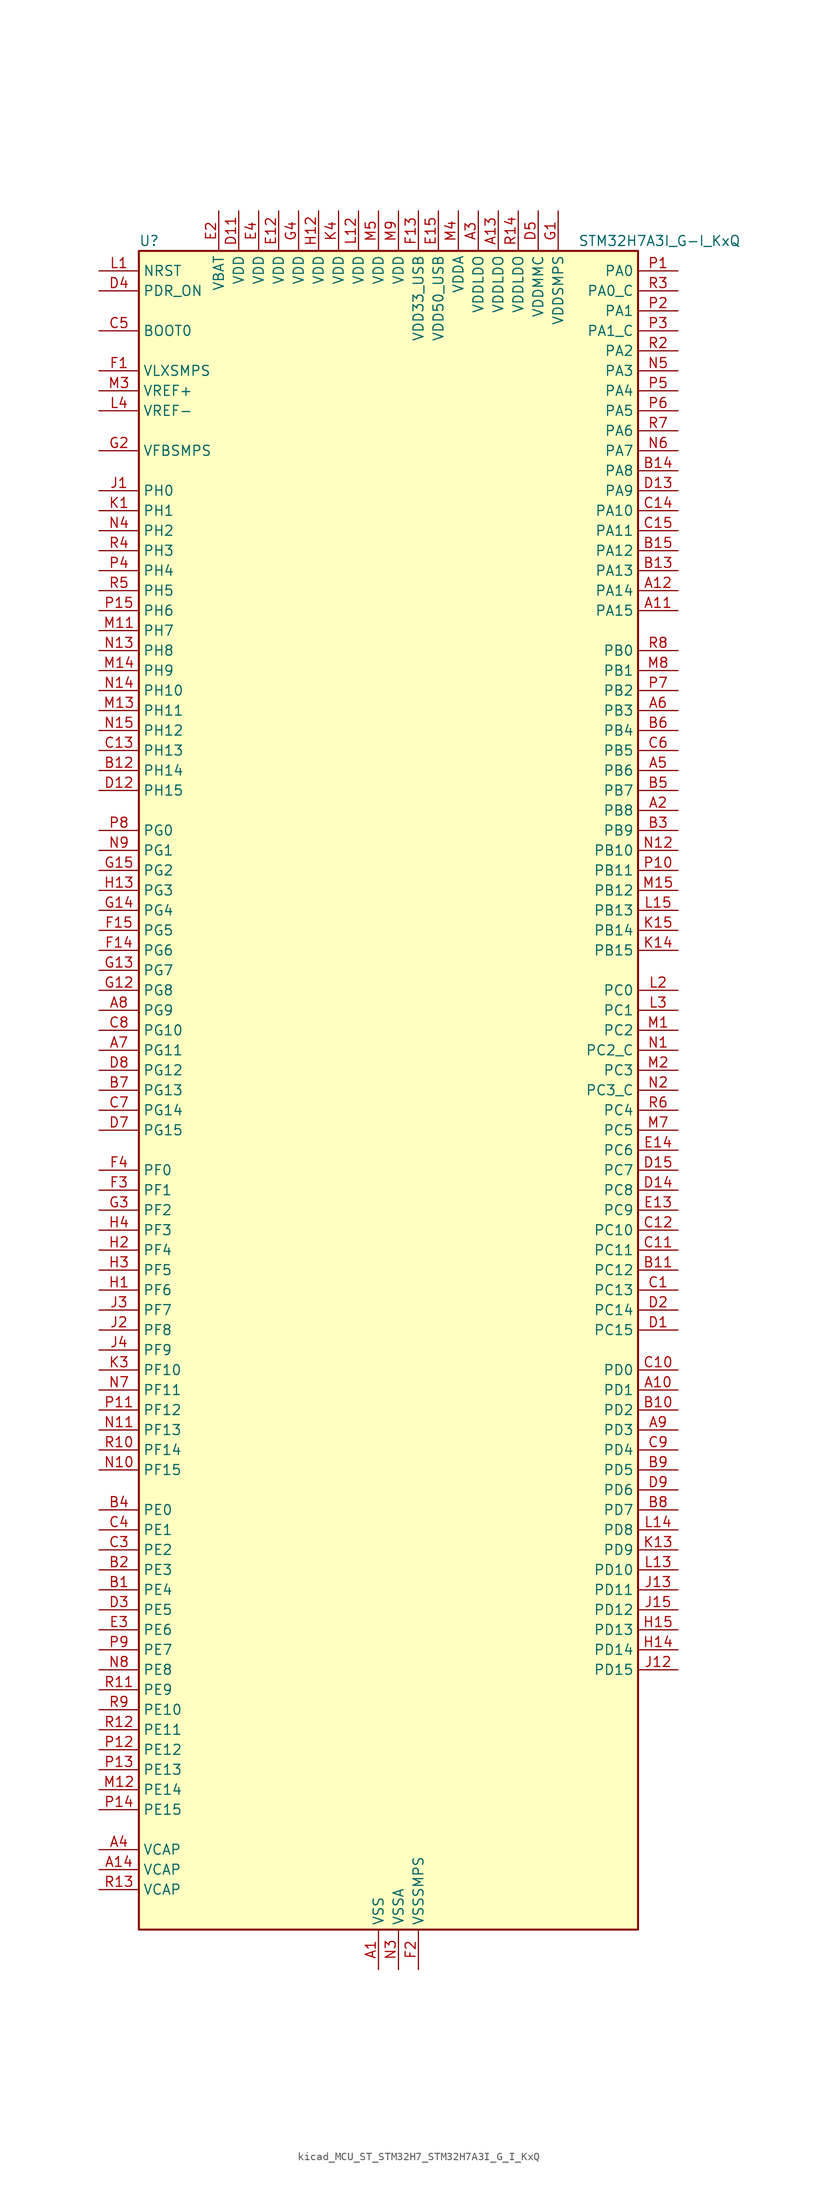
<source format=kicad_sym>
(kicad_symbol_lib
  (version 20220914)
  (generator kicad_symbol_editor)
  (symbol "kicad_MCU_ST_STM32H7_STM32H7A3I_G_I_KxQ"
    (property "Reference" "U"
      (at -30.48 107.95 0)
      (effects (font (size 1.27 1.27)) (justify left)))
    (property "Value" "STM32H7A3I_G-I_KxQ"
      (at 25.4 107.95 0)
      (effects (font (size 1.27 1.27)) (justify left)))
    (property "ki_locked" ""
      (at 0 0 0)
      (effects (font (size 1.27 1.27))))
    (symbol "kicad_MCU_ST_STM32H7_STM32H7A3I_G_I_KxQ_0_1"
      (rectangle (start -30.48 -106.68) (end 33.02 106.68) (stroke (width 0.254) (type default)) (fill (type background))))
    (symbol "kicad_MCU_ST_STM32H7_STM32H7A3I_G_I_KxQ_1_1"
      (pin power_in line (at 0 -111.76 90) (length 5.08) (name "VSS" (effects (font (size 1.27 1.27)))) (number "A1" (effects (font (size 1.27 1.27)))))
      (pin bidirectional line (at 38.1 -38.1 180) (length 5.08) (name "PD1" (effects (font (size 1.27 1.27)))) (number "A10" (effects (font (size 1.27 1.27)))) (alternate "DFSDM1_DATIN6" bidirectional line) (alternate "FDCAN1_TX" bidirectional line) (alternate "FMC_D3" bidirectional line) (alternate "FMC_DA3" bidirectional line) (alternate "UART4_TX" bidirectional line))
      (pin bidirectional line (at 38.1 60.96 180) (length 5.08) (name "PA15" (effects (font (size 1.27 1.27)))) (number "A11" (effects (font (size 1.27 1.27)))) (alternate "ADC1_EXTI15" bidirectional line) (alternate "ADC2_EXTI15" bidirectional line) (alternate "CEC" bidirectional line) (alternate "DEBUG_JTDI" bidirectional line) (alternate "I2S1_WS" bidirectional line) (alternate "I2S3_WS" bidirectional line) (alternate "I2S6_WS" bidirectional line) (alternate "LTDC_B6" bidirectional line) (alternate "LTDC_R3" bidirectional line) (alternate "SPI1_NSS" bidirectional line) (alternate "SPI3_NSS" bidirectional line) (alternate "SPI6_NSS" bidirectional line) (alternate "TIM2_CH1" bidirectional line) (alternate "TIM2_ETR" bidirectional line) (alternate "UART4_DE" bidirectional line) (alternate "UART4_RTS" bidirectional line) (alternate "UART7_TX" bidirectional line))
      (pin bidirectional line (at 38.1 63.5 180) (length 5.08) (name "PA14" (effects (font (size 1.27 1.27)))) (number "A12" (effects (font (size 1.27 1.27)))) (alternate "DEBUG_JTCK-SWCLK" bidirectional line))
      (pin power_in line (at 15.24 111.76 270) (length 5.08) (name "VDDLDO" (effects (font (size 1.27 1.27)))) (number "A13" (effects (font (size 1.27 1.27)))))
      (pin power_out line (at -35.56 -99.06 0) (length 5.08) (name "VCAP" (effects (font (size 1.27 1.27)))) (number "A14" (effects (font (size 1.27 1.27)))))
      (pin passive line (at 0 -111.76 90) (length 5.08) hide (name "VSS" (effects (font (size 1.27 1.27)))) (number "A15" (effects (font (size 1.27 1.27)))))
      (pin bidirectional line (at 38.1 35.56 180) (length 5.08) (name "PB8" (effects (font (size 1.27 1.27)))) (number "A2" (effects (font (size 1.27 1.27)))) (alternate "DCMI_D6" bidirectional line) (alternate "DFSDM1_CKIN7" bidirectional line) (alternate "FDCAN1_RX" bidirectional line) (alternate "I2C1_SCL" bidirectional line) (alternate "I2C4_SCL" bidirectional line) (alternate "LTDC_B6" bidirectional line) (alternate "PSSI_D6" bidirectional line) (alternate "SDMMC1_CKIN" bidirectional line) (alternate "SDMMC1_D4" bidirectional line) (alternate "SDMMC2_D4" bidirectional line) (alternate "TIM16_CH1" bidirectional line) (alternate "TIM4_CH3" bidirectional line) (alternate "UART4_RX" bidirectional line))
      (pin power_in line (at 12.7 111.76 270) (length 5.08) (name "VDDLDO" (effects (font (size 1.27 1.27)))) (number "A3" (effects (font (size 1.27 1.27)))))
      (pin power_out line (at -35.56 -96.52 0) (length 5.08) (name "VCAP" (effects (font (size 1.27 1.27)))) (number "A4" (effects (font (size 1.27 1.27)))))
      (pin bidirectional line (at 38.1 40.64 180) (length 5.08) (name "PB6" (effects (font (size 1.27 1.27)))) (number "A5" (effects (font (size 1.27 1.27)))) (alternate "CEC" bidirectional line) (alternate "DCMI_D5" bidirectional line) (alternate "DFSDM1_DATIN5" bidirectional line) (alternate "FDCAN2_TX" bidirectional line) (alternate "FMC_SDNE1" bidirectional line) (alternate "I2C1_SCL" bidirectional line) (alternate "I2C4_SCL" bidirectional line) (alternate "LPUART1_TX" bidirectional line) (alternate "OCTOSPIM_P1_NCS" bidirectional line) (alternate "PSSI_D5" bidirectional line) (alternate "TIM16_CH1N" bidirectional line) (alternate "TIM4_CH1" bidirectional line) (alternate "UART5_TX" bidirectional line) (alternate "USART1_TX" bidirectional line))
      (pin bidirectional line (at 38.1 48.26 180) (length 5.08) (name "PB3" (effects (font (size 1.27 1.27)))) (number "A6" (effects (font (size 1.27 1.27)))) (alternate "CRS_SYNC" bidirectional line) (alternate "DEBUG_JTDO-SWO" bidirectional line) (alternate "I2S1_CK" bidirectional line) (alternate "I2S3_CK" bidirectional line) (alternate "I2S6_CK" bidirectional line) (alternate "SDMMC2_D2" bidirectional line) (alternate "SPI1_SCK" bidirectional line) (alternate "SPI3_SCK" bidirectional line) (alternate "SPI6_SCK" bidirectional line) (alternate "TIM2_CH2" bidirectional line) (alternate "UART7_RX" bidirectional line))
      (pin bidirectional line (at -35.56 5.08 0) (length 5.08) (name "PG11" (effects (font (size 1.27 1.27)))) (number "A7" (effects (font (size 1.27 1.27)))) (alternate "ADC1_EXTI11" bidirectional line) (alternate "ADC2_EXTI11" bidirectional line) (alternate "DCMI_D3" bidirectional line) (alternate "I2S1_CK" bidirectional line) (alternate "LPTIM1_IN2" bidirectional line) (alternate "LTDC_B3" bidirectional line) (alternate "OCTOSPIM_P2_IO7" bidirectional line) (alternate "PSSI_D3" bidirectional line) (alternate "SDMMC2_D2" bidirectional line) (alternate "SPDIFRX_IN0" bidirectional line) (alternate "SPI1_SCK" bidirectional line) (alternate "USART10_RX" bidirectional line))
      (pin bidirectional line (at -35.56 10.16 0) (length 5.08) (name "PG9" (effects (font (size 1.27 1.27)))) (number "A8" (effects (font (size 1.27 1.27)))) (alternate "DAC1_EXTI9" bidirectional line) (alternate "DCMI_VSYNC" bidirectional line) (alternate "FMC_NCE" bidirectional line) (alternate "FMC_NE2" bidirectional line) (alternate "I2S1_SDI" bidirectional line) (alternate "OCTOSPIM_P1_IO6" bidirectional line) (alternate "PSSI_RDY" bidirectional line) (alternate "SAI2_FS_B" bidirectional line) (alternate "SDMMC2_D0" bidirectional line) (alternate "SPDIFRX_IN3" bidirectional line) (alternate "SPI1_MISO" bidirectional line) (alternate "USART6_RX" bidirectional line))
      (pin bidirectional line (at 38.1 -43.18 180) (length 5.08) (name "PD3" (effects (font (size 1.27 1.27)))) (number "A9" (effects (font (size 1.27 1.27)))) (alternate "DCMI_D5" bidirectional line) (alternate "DFSDM1_CKOUT" bidirectional line) (alternate "FMC_CLK" bidirectional line) (alternate "I2S2_CK" bidirectional line) (alternate "LTDC_G7" bidirectional line) (alternate "PSSI_D5" bidirectional line) (alternate "SPI2_SCK" bidirectional line) (alternate "USART2_CTS" bidirectional line) (alternate "USART2_NSS" bidirectional line))
      (pin bidirectional line (at -35.56 -63.5 0) (length 5.08) (name "PE4" (effects (font (size 1.27 1.27)))) (number "B1" (effects (font (size 1.27 1.27)))) (alternate "DCMI_D4" bidirectional line) (alternate "DEBUG_TRACED1" bidirectional line) (alternate "DFSDM1_DATIN3" bidirectional line) (alternate "FMC_A20" bidirectional line) (alternate "LTDC_B0" bidirectional line) (alternate "PSSI_D4" bidirectional line) (alternate "SAI1_D2" bidirectional line) (alternate "SAI1_FS_A" bidirectional line) (alternate "SPI4_NSS" bidirectional line) (alternate "TIM15_CH1N" bidirectional line))
      (pin bidirectional line (at 38.1 -40.64 180) (length 5.08) (name "PD2" (effects (font (size 1.27 1.27)))) (number "B10" (effects (font (size 1.27 1.27)))) (alternate "DCMI_D11" bidirectional line) (alternate "DEBUG_TRACED2" bidirectional line) (alternate "LTDC_B2" bidirectional line) (alternate "LTDC_B7" bidirectional line) (alternate "PSSI_D11" bidirectional line) (alternate "SDMMC1_CMD" bidirectional line) (alternate "TIM15_BKIN" bidirectional line) (alternate "TIM3_ETR" bidirectional line) (alternate "UART5_RX" bidirectional line))
      (pin bidirectional line (at 38.1 -22.86 180) (length 5.08) (name "PC12" (effects (font (size 1.27 1.27)))) (number "B11" (effects (font (size 1.27 1.27)))) (alternate "DCMI_D9" bidirectional line) (alternate "DEBUG_TRACED3" bidirectional line) (alternate "DFSDM2_CKOUT" bidirectional line) (alternate "I2S3_SDO" bidirectional line) (alternate "I2S6_CK" bidirectional line) (alternate "LTDC_R6" bidirectional line) (alternate "PSSI_D9" bidirectional line) (alternate "SDMMC1_CK" bidirectional line) (alternate "SPI3_MOSI" bidirectional line) (alternate "SPI6_SCK" bidirectional line) (alternate "TIM15_CH1" bidirectional line) (alternate "UART5_TX" bidirectional line) (alternate "USART3_CK" bidirectional line))
      (pin bidirectional line (at -35.56 40.64 0) (length 5.08) (name "PH14" (effects (font (size 1.27 1.27)))) (number "B12" (effects (font (size 1.27 1.27)))) (alternate "DCMI_D4" bidirectional line) (alternate "FDCAN1_RX" bidirectional line) (alternate "FMC_D22" bidirectional line) (alternate "LTDC_G3" bidirectional line) (alternate "PSSI_D4" bidirectional line) (alternate "TIM8_CH2N" bidirectional line) (alternate "UART4_RX" bidirectional line))
      (pin bidirectional line (at 38.1 66.04 180) (length 5.08) (name "PA13" (effects (font (size 1.27 1.27)))) (number "B13" (effects (font (size 1.27 1.27)))) (alternate "DEBUG_JTMS-SWDIO" bidirectional line))
      (pin bidirectional line (at 38.1 78.74 180) (length 5.08) (name "PA8" (effects (font (size 1.27 1.27)))) (number "B14" (effects (font (size 1.27 1.27)))) (alternate "I2C3_SCL" bidirectional line) (alternate "LTDC_B3" bidirectional line) (alternate "LTDC_R6" bidirectional line) (alternate "RCC_MCO_1" bidirectional line) (alternate "TIM1_CH1" bidirectional line) (alternate "TIM8_BKIN2" bidirectional line) (alternate "TIM8_BKIN2_COMP1" bidirectional line) (alternate "TIM8_BKIN2_COMP2" bidirectional line) (alternate "UART7_RX" bidirectional line) (alternate "USART1_CK" bidirectional line) (alternate "USB_OTG_HS_SOF" bidirectional line))
      (pin bidirectional line (at 38.1 68.58 180) (length 5.08) (name "PA12" (effects (font (size 1.27 1.27)))) (number "B15" (effects (font (size 1.27 1.27)))) (alternate "FDCAN1_TX" bidirectional line) (alternate "I2S2_CK" bidirectional line) (alternate "LPUART1_DE" bidirectional line) (alternate "LPUART1_RTS" bidirectional line) (alternate "LTDC_R5" bidirectional line) (alternate "SAI2_FS_B" bidirectional line) (alternate "SPI2_SCK" bidirectional line) (alternate "TIM1_ETR" bidirectional line) (alternate "UART4_TX" bidirectional line) (alternate "USART1_DE" bidirectional line) (alternate "USART1_RTS" bidirectional line) (alternate "USB_OTG_HS_DP" bidirectional line))
      (pin bidirectional line (at -35.56 -60.96 0) (length 5.08) (name "PE3" (effects (font (size 1.27 1.27)))) (number "B2" (effects (font (size 1.27 1.27)))) (alternate "DEBUG_TRACED0" bidirectional line) (alternate "FMC_A19" bidirectional line) (alternate "SAI1_SD_B" bidirectional line) (alternate "TIM15_BKIN" bidirectional line) (alternate "USART10_TX" bidirectional line))
      (pin bidirectional line (at 38.1 33.02 180) (length 5.08) (name "PB9" (effects (font (size 1.27 1.27)))) (number "B3" (effects (font (size 1.27 1.27)))) (alternate "DAC1_EXTI9" bidirectional line) (alternate "DCMI_D7" bidirectional line) (alternate "DFSDM1_DATIN7" bidirectional line) (alternate "FDCAN1_TX" bidirectional line) (alternate "I2C1_SDA" bidirectional line) (alternate "I2C4_SDA" bidirectional line) (alternate "I2C4_SMBA" bidirectional line) (alternate "I2S2_WS" bidirectional line) (alternate "LTDC_B7" bidirectional line) (alternate "PSSI_D7" bidirectional line) (alternate "SDMMC1_CDIR" bidirectional line) (alternate "SDMMC1_D5" bidirectional line) (alternate "SDMMC2_D5" bidirectional line) (alternate "SPI2_NSS" bidirectional line) (alternate "TIM17_CH1" bidirectional line) (alternate "TIM4_CH4" bidirectional line) (alternate "UART4_TX" bidirectional line))
      (pin bidirectional line (at -35.56 -53.34 0) (length 5.08) (name "PE0" (effects (font (size 1.27 1.27)))) (number "B4" (effects (font (size 1.27 1.27)))) (alternate "DCMI_D2" bidirectional line) (alternate "FMC_NBL0" bidirectional line) (alternate "LPTIM1_ETR" bidirectional line) (alternate "LPTIM2_ETR" bidirectional line) (alternate "LTDC_R0" bidirectional line) (alternate "PSSI_D2" bidirectional line) (alternate "SAI2_MCLK_A" bidirectional line) (alternate "TIM4_ETR" bidirectional line) (alternate "UART8_RX" bidirectional line))
      (pin bidirectional line (at 38.1 38.1 180) (length 5.08) (name "PB7" (effects (font (size 1.27 1.27)))) (number "B5" (effects (font (size 1.27 1.27)))) (alternate "DCMI_VSYNC" bidirectional line) (alternate "DFSDM1_CKIN5" bidirectional line) (alternate "FMC_NL" bidirectional line) (alternate "I2C1_SDA" bidirectional line) (alternate "I2C4_SDA" bidirectional line) (alternate "LPUART1_RX" bidirectional line) (alternate "PSSI_RDY" bidirectional line) (alternate "PWR_PVD_IN" bidirectional line) (alternate "TIM17_CH1N" bidirectional line) (alternate "TIM4_CH2" bidirectional line) (alternate "USART1_RX" bidirectional line))
      (pin bidirectional line (at 38.1 45.72 180) (length 5.08) (name "PB4" (effects (font (size 1.27 1.27)))) (number "B6" (effects (font (size 1.27 1.27)))) (alternate "DEBUG_JTRST" bidirectional line) (alternate "I2S1_SDI" bidirectional line) (alternate "I2S2_WS" bidirectional line) (alternate "I2S3_SDI" bidirectional line) (alternate "I2S6_SDI" bidirectional line) (alternate "SDMMC2_D3" bidirectional line) (alternate "SPI1_MISO" bidirectional line) (alternate "SPI2_NSS" bidirectional line) (alternate "SPI3_MISO" bidirectional line) (alternate "SPI6_MISO" bidirectional line) (alternate "TIM16_BKIN" bidirectional line) (alternate "TIM3_CH1" bidirectional line) (alternate "UART7_TX" bidirectional line))
      (pin bidirectional line (at -35.56 0 0) (length 5.08) (name "PG13" (effects (font (size 1.27 1.27)))) (number "B7" (effects (font (size 1.27 1.27)))) (alternate "DEBUG_TRACED0" bidirectional line) (alternate "FMC_A24" bidirectional line) (alternate "I2S6_CK" bidirectional line) (alternate "LPTIM1_OUT" bidirectional line) (alternate "LTDC_R0" bidirectional line) (alternate "SDMMC2_D6" bidirectional line) (alternate "SPI6_SCK" bidirectional line) (alternate "USART10_CTS" bidirectional line) (alternate "USART10_NSS" bidirectional line) (alternate "USART6_CTS" bidirectional line) (alternate "USART6_NSS" bidirectional line))
      (pin bidirectional line (at 38.1 -53.34 180) (length 5.08) (name "PD7" (effects (font (size 1.27 1.27)))) (number "B8" (effects (font (size 1.27 1.27)))) (alternate "DFSDM1_CKIN1" bidirectional line) (alternate "DFSDM1_DATIN4" bidirectional line) (alternate "FMC_NE1" bidirectional line) (alternate "I2S1_SDO" bidirectional line) (alternate "OCTOSPIM_P1_IO7" bidirectional line) (alternate "SDMMC2_CMD" bidirectional line) (alternate "SPDIFRX_IN0" bidirectional line) (alternate "SPI1_MOSI" bidirectional line) (alternate "USART2_CK" bidirectional line))
      (pin bidirectional line (at 38.1 -48.26 180) (length 5.08) (name "PD5" (effects (font (size 1.27 1.27)))) (number "B9" (effects (font (size 1.27 1.27)))) (alternate "FMC_NWE" bidirectional line) (alternate "OCTOSPIM_P1_IO5" bidirectional line) (alternate "USART2_TX" bidirectional line))
      (pin bidirectional line (at 38.1 -25.4 180) (length 5.08) (name "PC13" (effects (font (size 1.27 1.27)))) (number "C1" (effects (font (size 1.27 1.27)))) (alternate "PWR_WKUP4" bidirectional line) (alternate "RTC_OUT_ALARM" bidirectional line) (alternate "RTC_OUT_CALIB" bidirectional line) (alternate "RTC_TAMP1" bidirectional line) (alternate "RTC_TS" bidirectional line))
      (pin bidirectional line (at 38.1 -35.56 180) (length 5.08) (name "PD0" (effects (font (size 1.27 1.27)))) (number "C10" (effects (font (size 1.27 1.27)))) (alternate "DFSDM1_CKIN6" bidirectional line) (alternate "FDCAN1_RX" bidirectional line) (alternate "FMC_D2" bidirectional line) (alternate "FMC_DA2" bidirectional line) (alternate "LTDC_B1" bidirectional line) (alternate "UART4_RX" bidirectional line) (alternate "UART9_CTS" bidirectional line))
      (pin bidirectional line (at 38.1 -20.32 180) (length 5.08) (name "PC11" (effects (font (size 1.27 1.27)))) (number "C11" (effects (font (size 1.27 1.27)))) (alternate "ADC1_EXTI11" bidirectional line) (alternate "ADC2_EXTI11" bidirectional line) (alternate "DCMI_D4" bidirectional line) (alternate "DFSDM1_DATIN5" bidirectional line) (alternate "DFSDM2_DATIN0" bidirectional line) (alternate "I2S3_SDI" bidirectional line) (alternate "LTDC_B4" bidirectional line) (alternate "OCTOSPIM_P1_NCS" bidirectional line) (alternate "PSSI_D4" bidirectional line) (alternate "SDMMC1_D3" bidirectional line) (alternate "SPI3_MISO" bidirectional line) (alternate "UART4_RX" bidirectional line) (alternate "USART3_RX" bidirectional line))
      (pin bidirectional line (at 38.1 -17.78 180) (length 5.08) (name "PC10" (effects (font (size 1.27 1.27)))) (number "C12" (effects (font (size 1.27 1.27)))) (alternate "DCMI_D8" bidirectional line) (alternate "DFSDM1_CKIN5" bidirectional line) (alternate "DFSDM2_CKIN0" bidirectional line) (alternate "I2S3_CK" bidirectional line) (alternate "LTDC_B1" bidirectional line) (alternate "LTDC_R2" bidirectional line) (alternate "OCTOSPIM_P1_IO1" bidirectional line) (alternate "PSSI_D8" bidirectional line) (alternate "SDMMC1_D2" bidirectional line) (alternate "SPI3_SCK" bidirectional line) (alternate "SWPMI1_RX" bidirectional line) (alternate "UART4_TX" bidirectional line) (alternate "USART3_TX" bidirectional line))
      (pin bidirectional line (at -35.56 43.18 0) (length 5.08) (name "PH13" (effects (font (size 1.27 1.27)))) (number "C13" (effects (font (size 1.27 1.27)))) (alternate "FDCAN1_TX" bidirectional line) (alternate "FMC_D21" bidirectional line) (alternate "LTDC_G2" bidirectional line) (alternate "TIM8_CH1N" bidirectional line) (alternate "UART4_TX" bidirectional line))
      (pin bidirectional line (at 38.1 73.66 180) (length 5.08) (name "PA10" (effects (font (size 1.27 1.27)))) (number "C14" (effects (font (size 1.27 1.27)))) (alternate "DCMI_D1" bidirectional line) (alternate "LPUART1_RX" bidirectional line) (alternate "LTDC_B1" bidirectional line) (alternate "LTDC_B4" bidirectional line) (alternate "MDIOS_MDIO" bidirectional line) (alternate "PSSI_D1" bidirectional line) (alternate "TIM1_CH3" bidirectional line) (alternate "USART1_RX" bidirectional line) (alternate "USB_OTG_HS_ID" bidirectional line))
      (pin bidirectional line (at 38.1 71.12 180) (length 5.08) (name "PA11" (effects (font (size 1.27 1.27)))) (number "C15" (effects (font (size 1.27 1.27)))) (alternate "ADC1_EXTI11" bidirectional line) (alternate "ADC2_EXTI11" bidirectional line) (alternate "FDCAN1_RX" bidirectional line) (alternate "I2S2_WS" bidirectional line) (alternate "LPUART1_CTS" bidirectional line) (alternate "LTDC_R4" bidirectional line) (alternate "SPI2_NSS" bidirectional line) (alternate "TIM1_CH4" bidirectional line) (alternate "UART4_RX" bidirectional line) (alternate "USART1_CTS" bidirectional line) (alternate "USART1_NSS" bidirectional line) (alternate "USB_OTG_HS_DM" bidirectional line))
      (pin passive line (at 0 -111.76 90) (length 5.08) hide (name "VSS" (effects (font (size 1.27 1.27)))) (number "C2" (effects (font (size 1.27 1.27)))))
      (pin bidirectional line (at -35.56 -58.42 0) (length 5.08) (name "PE2" (effects (font (size 1.27 1.27)))) (number "C3" (effects (font (size 1.27 1.27)))) (alternate "DEBUG_TRACECLK" bidirectional line) (alternate "FMC_A23" bidirectional line) (alternate "OCTOSPIM_P1_IO2" bidirectional line) (alternate "SAI1_CK1" bidirectional line) (alternate "SAI1_MCLK_A" bidirectional line) (alternate "SPI4_SCK" bidirectional line) (alternate "USART10_RX" bidirectional line))
      (pin bidirectional line (at -35.56 -55.88 0) (length 5.08) (name "PE1" (effects (font (size 1.27 1.27)))) (number "C4" (effects (font (size 1.27 1.27)))) (alternate "DCMI_D3" bidirectional line) (alternate "FMC_NBL1" bidirectional line) (alternate "LPTIM1_IN2" bidirectional line) (alternate "LTDC_R6" bidirectional line) (alternate "PSSI_D3" bidirectional line) (alternate "UART8_TX" bidirectional line))
      (pin input line (at -35.56 96.52 0) (length 5.08) (name "BOOT0" (effects (font (size 1.27 1.27)))) (number "C5" (effects (font (size 1.27 1.27)))))
      (pin bidirectional line (at 38.1 43.18 180) (length 5.08) (name "PB5" (effects (font (size 1.27 1.27)))) (number "C6" (effects (font (size 1.27 1.27)))) (alternate "DCMI_D10" bidirectional line) (alternate "FDCAN2_RX" bidirectional line) (alternate "FMC_SDCKE1" bidirectional line) (alternate "I2C1_SMBA" bidirectional line) (alternate "I2C4_SMBA" bidirectional line) (alternate "I2S1_SDO" bidirectional line) (alternate "I2S3_SDO" bidirectional line) (alternate "I2S6_SDO" bidirectional line) (alternate "LTDC_B5" bidirectional line) (alternate "PSSI_D10" bidirectional line) (alternate "SPI1_MOSI" bidirectional line) (alternate "SPI3_MOSI" bidirectional line) (alternate "SPI6_MOSI" bidirectional line) (alternate "TIM17_BKIN" bidirectional line) (alternate "TIM3_CH2" bidirectional line) (alternate "UART5_RX" bidirectional line) (alternate "USB_OTG_HS_ULPI_D7" bidirectional line))
      (pin bidirectional line (at -35.56 -2.54 0) (length 5.08) (name "PG14" (effects (font (size 1.27 1.27)))) (number "C7" (effects (font (size 1.27 1.27)))) (alternate "DEBUG_TRACED1" bidirectional line) (alternate "FMC_A25" bidirectional line) (alternate "I2S6_SDO" bidirectional line) (alternate "LPTIM1_ETR" bidirectional line) (alternate "LTDC_B0" bidirectional line) (alternate "OCTOSPIM_P1_IO7" bidirectional line) (alternate "SDMMC2_D7" bidirectional line) (alternate "SPI6_MOSI" bidirectional line) (alternate "USART10_DE" bidirectional line) (alternate "USART10_RTS" bidirectional line) (alternate "USART6_TX" bidirectional line))
      (pin bidirectional line (at -35.56 7.62 0) (length 5.08) (name "PG10" (effects (font (size 1.27 1.27)))) (number "C8" (effects (font (size 1.27 1.27)))) (alternate "DCMI_D2" bidirectional line) (alternate "FMC_NE3" bidirectional line) (alternate "I2S1_WS" bidirectional line) (alternate "LTDC_B2" bidirectional line) (alternate "LTDC_G3" bidirectional line) (alternate "OCTOSPIM_P2_IO6" bidirectional line) (alternate "PSSI_D2" bidirectional line) (alternate "SAI2_SD_B" bidirectional line) (alternate "SDMMC2_D1" bidirectional line) (alternate "SPI1_NSS" bidirectional line))
      (pin bidirectional line (at 38.1 -45.72 180) (length 5.08) (name "PD4" (effects (font (size 1.27 1.27)))) (number "C9" (effects (font (size 1.27 1.27)))) (alternate "FMC_NOE" bidirectional line) (alternate "OCTOSPIM_P1_IO4" bidirectional line) (alternate "USART2_DE" bidirectional line) (alternate "USART2_RTS" bidirectional line))
      (pin bidirectional line (at 38.1 -30.48 180) (length 5.08) (name "PC15" (effects (font (size 1.27 1.27)))) (number "D1" (effects (font (size 1.27 1.27)))) (alternate "ADC1_EXTI15" bidirectional line) (alternate "ADC2_EXTI15" bidirectional line) (alternate "RCC_OSC32_OUT" bidirectional line))
      (pin passive line (at 0 -111.76 90) (length 5.08) hide (name "VSS" (effects (font (size 1.27 1.27)))) (number "D10" (effects (font (size 1.27 1.27)))))
      (pin power_in line (at -17.78 111.76 270) (length 5.08) (name "VDD" (effects (font (size 1.27 1.27)))) (number "D11" (effects (font (size 1.27 1.27)))))
      (pin bidirectional line (at -35.56 38.1 0) (length 5.08) (name "PH15" (effects (font (size 1.27 1.27)))) (number "D12" (effects (font (size 1.27 1.27)))) (alternate "ADC1_EXTI15" bidirectional line) (alternate "ADC2_EXTI15" bidirectional line) (alternate "DCMI_D11" bidirectional line) (alternate "FMC_D23" bidirectional line) (alternate "LTDC_G4" bidirectional line) (alternate "PSSI_D11" bidirectional line) (alternate "TIM8_CH3N" bidirectional line))
      (pin bidirectional line (at 38.1 76.2 180) (length 5.08) (name "PA9" (effects (font (size 1.27 1.27)))) (number "D13" (effects (font (size 1.27 1.27)))) (alternate "DAC1_EXTI9" bidirectional line) (alternate "DCMI_D0" bidirectional line) (alternate "I2C3_SMBA" bidirectional line) (alternate "I2S2_CK" bidirectional line) (alternate "LPUART1_TX" bidirectional line) (alternate "LTDC_R5" bidirectional line) (alternate "PSSI_D0" bidirectional line) (alternate "SPI2_SCK" bidirectional line) (alternate "TIM1_CH2" bidirectional line) (alternate "USART1_TX" bidirectional line) (alternate "USB_OTG_HS_VBUS" bidirectional line))
      (pin bidirectional line (at 38.1 -12.7 180) (length 5.08) (name "PC8" (effects (font (size 1.27 1.27)))) (number "D14" (effects (font (size 1.27 1.27)))) (alternate "DCMI_D2" bidirectional line) (alternate "DEBUG_TRACED1" bidirectional line) (alternate "FMC_INT" bidirectional line) (alternate "FMC_NCE" bidirectional line) (alternate "FMC_NE2" bidirectional line) (alternate "PSSI_D2" bidirectional line) (alternate "SDMMC1_D0" bidirectional line) (alternate "SWPMI1_RX" bidirectional line) (alternate "TIM3_CH3" bidirectional line) (alternate "TIM8_CH3" bidirectional line) (alternate "UART5_DE" bidirectional line) (alternate "UART5_RTS" bidirectional line) (alternate "USART6_CK" bidirectional line))
      (pin bidirectional line (at 38.1 -10.16 180) (length 5.08) (name "PC7" (effects (font (size 1.27 1.27)))) (number "D15" (effects (font (size 1.27 1.27)))) (alternate "DCMI_D1" bidirectional line) (alternate "DEBUG_TRGIO" bidirectional line) (alternate "DFSDM1_DATIN3" bidirectional line) (alternate "FMC_NE1" bidirectional line) (alternate "I2S3_MCK" bidirectional line) (alternate "LTDC_G6" bidirectional line) (alternate "PSSI_D1" bidirectional line) (alternate "SDMMC1_D123DIR" bidirectional line) (alternate "SDMMC1_D7" bidirectional line) (alternate "SDMMC2_D7" bidirectional line) (alternate "SWPMI1_TX" bidirectional line) (alternate "TIM3_CH2" bidirectional line) (alternate "TIM8_CH2" bidirectional line) (alternate "USART6_RX" bidirectional line))
      (pin bidirectional line (at 38.1 -27.94 180) (length 5.08) (name "PC14" (effects (font (size 1.27 1.27)))) (number "D2" (effects (font (size 1.27 1.27)))) (alternate "RCC_OSC32_IN" bidirectional line))
      (pin bidirectional line (at -35.56 -66.04 0) (length 5.08) (name "PE5" (effects (font (size 1.27 1.27)))) (number "D3" (effects (font (size 1.27 1.27)))) (alternate "DCMI_D6" bidirectional line) (alternate "DEBUG_TRACED2" bidirectional line) (alternate "DFSDM1_CKIN3" bidirectional line) (alternate "FMC_A21" bidirectional line) (alternate "LTDC_G0" bidirectional line) (alternate "PSSI_D6" bidirectional line) (alternate "SAI1_CK2" bidirectional line) (alternate "SAI1_SCK_A" bidirectional line) (alternate "SPI4_MISO" bidirectional line) (alternate "TIM15_CH1" bidirectional line))
      (pin input line (at -35.56 101.6 0) (length 5.08) (name "PDR_ON" (effects (font (size 1.27 1.27)))) (number "D4" (effects (font (size 1.27 1.27)))))
      (pin power_in line (at 20.32 111.76 270) (length 5.08) (name "VDDMMC" (effects (font (size 1.27 1.27)))) (number "D5" (effects (font (size 1.27 1.27)))))
      (pin passive line (at 0 -111.76 90) (length 5.08) hide (name "VSS" (effects (font (size 1.27 1.27)))) (number "D6" (effects (font (size 1.27 1.27)))))
      (pin bidirectional line (at -35.56 -5.08 0) (length 5.08) (name "PG15" (effects (font (size 1.27 1.27)))) (number "D7" (effects (font (size 1.27 1.27)))) (alternate "ADC1_EXTI15" bidirectional line) (alternate "ADC2_EXTI15" bidirectional line) (alternate "DCMI_D13" bidirectional line) (alternate "FMC_SDNCAS" bidirectional line) (alternate "OCTOSPIM_P2_DQS" bidirectional line) (alternate "PSSI_D13" bidirectional line) (alternate "USART10_CK" bidirectional line) (alternate "USART6_CTS" bidirectional line) (alternate "USART6_NSS" bidirectional line))
      (pin bidirectional line (at -35.56 2.54 0) (length 5.08) (name "PG12" (effects (font (size 1.27 1.27)))) (number "D8" (effects (font (size 1.27 1.27)))) (alternate "FMC_NE4" bidirectional line) (alternate "I2S6_SDI" bidirectional line) (alternate "LPTIM1_IN1" bidirectional line) (alternate "LTDC_B1" bidirectional line) (alternate "LTDC_B4" bidirectional line) (alternate "OCTOSPIM_P2_NCS" bidirectional line) (alternate "SDMMC2_D3" bidirectional line) (alternate "SPDIFRX_IN1" bidirectional line) (alternate "SPI6_MISO" bidirectional line) (alternate "USART10_TX" bidirectional line) (alternate "USART6_DE" bidirectional line) (alternate "USART6_RTS" bidirectional line))
      (pin bidirectional line (at 38.1 -50.8 180) (length 5.08) (name "PD6" (effects (font (size 1.27 1.27)))) (number "D9" (effects (font (size 1.27 1.27)))) (alternate "DCMI_D10" bidirectional line) (alternate "DFSDM1_CKIN4" bidirectional line) (alternate "DFSDM1_DATIN1" bidirectional line) (alternate "FMC_NWAIT" bidirectional line) (alternate "I2S3_SDO" bidirectional line) (alternate "LTDC_B2" bidirectional line) (alternate "OCTOSPIM_P1_IO6" bidirectional line) (alternate "PSSI_D10" bidirectional line) (alternate "SAI1_D1" bidirectional line) (alternate "SAI1_SD_A" bidirectional line) (alternate "SDMMC2_CK" bidirectional line) (alternate "SPI3_MOSI" bidirectional line) (alternate "USART2_RX" bidirectional line))
      (pin passive line (at 0 -111.76 90) (length 5.08) hide (name "VSS" (effects (font (size 1.27 1.27)))) (number "E1" (effects (font (size 1.27 1.27)))))
      (pin power_in line (at -12.7 111.76 270) (length 5.08) (name "VDD" (effects (font (size 1.27 1.27)))) (number "E12" (effects (font (size 1.27 1.27)))))
      (pin bidirectional line (at 38.1 -15.24 180) (length 5.08) (name "PC9" (effects (font (size 1.27 1.27)))) (number "E13" (effects (font (size 1.27 1.27)))) (alternate "DAC1_EXTI9" bidirectional line) (alternate "DCMI_D3" bidirectional line) (alternate "I2C3_SDA" bidirectional line) (alternate "I2S_CKIN" bidirectional line) (alternate "LTDC_B2" bidirectional line) (alternate "LTDC_G3" bidirectional line) (alternate "OCTOSPIM_P1_IO0" bidirectional line) (alternate "PSSI_D3" bidirectional line) (alternate "RCC_MCO_2" bidirectional line) (alternate "SDMMC1_D1" bidirectional line) (alternate "SWPMI1_SUSPEND" bidirectional line) (alternate "TIM3_CH4" bidirectional line) (alternate "TIM8_CH4" bidirectional line) (alternate "UART5_CTS" bidirectional line))
      (pin bidirectional line (at 38.1 -7.62 180) (length 5.08) (name "PC6" (effects (font (size 1.27 1.27)))) (number "E14" (effects (font (size 1.27 1.27)))) (alternate "DCMI_D0" bidirectional line) (alternate "DFSDM1_CKIN3" bidirectional line) (alternate "FMC_NWAIT" bidirectional line) (alternate "I2S2_MCK" bidirectional line) (alternate "LTDC_HSYNC" bidirectional line) (alternate "PSSI_D0" bidirectional line) (alternate "SDMMC1_D0DIR" bidirectional line) (alternate "SDMMC1_D6" bidirectional line) (alternate "SDMMC2_D6" bidirectional line) (alternate "SWPMI1_IO" bidirectional line) (alternate "TIM3_CH1" bidirectional line) (alternate "TIM8_CH1" bidirectional line) (alternate "USART6_TX" bidirectional line))
      (pin power_in line (at 7.62 111.76 270) (length 5.08) (name "VDD50_USB" (effects (font (size 1.27 1.27)))) (number "E15" (effects (font (size 1.27 1.27)))))
      (pin power_in line (at -20.32 111.76 270) (length 5.08) (name "VBAT" (effects (font (size 1.27 1.27)))) (number "E2" (effects (font (size 1.27 1.27)))))
      (pin bidirectional line (at -35.56 -68.58 0) (length 5.08) (name "PE6" (effects (font (size 1.27 1.27)))) (number "E3" (effects (font (size 1.27 1.27)))) (alternate "DCMI_D7" bidirectional line) (alternate "DEBUG_TRACED3" bidirectional line) (alternate "FMC_A22" bidirectional line) (alternate "LTDC_G1" bidirectional line) (alternate "PSSI_D7" bidirectional line) (alternate "SAI1_D1" bidirectional line) (alternate "SAI1_SD_A" bidirectional line) (alternate "SAI2_MCLK_B" bidirectional line) (alternate "SPI4_MOSI" bidirectional line) (alternate "TIM15_CH2" bidirectional line) (alternate "TIM1_BKIN2" bidirectional line) (alternate "TIM1_BKIN2_COMP1" bidirectional line) (alternate "TIM1_BKIN2_COMP2" bidirectional line))
      (pin power_in line (at -15.24 111.76 270) (length 5.08) (name "VDD" (effects (font (size 1.27 1.27)))) (number "E4" (effects (font (size 1.27 1.27)))))
      (pin power_in line (at -35.56 91.44 0) (length 5.08) (name "VLXSMPS" (effects (font (size 1.27 1.27)))) (number "F1" (effects (font (size 1.27 1.27)))))
      (pin passive line (at 0 -111.76 90) (length 5.08) hide (name "VSS" (effects (font (size 1.27 1.27)))) (number "F10" (effects (font (size 1.27 1.27)))))
      (pin passive line (at 0 -111.76 90) (length 5.08) hide (name "VSS" (effects (font (size 1.27 1.27)))) (number "F12" (effects (font (size 1.27 1.27)))))
      (pin power_in line (at 5.08 111.76 270) (length 5.08) (name "VDD33_USB" (effects (font (size 1.27 1.27)))) (number "F13" (effects (font (size 1.27 1.27)))))
      (pin bidirectional line (at -35.56 17.78 0) (length 5.08) (name "PG6" (effects (font (size 1.27 1.27)))) (number "F14" (effects (font (size 1.27 1.27)))) (alternate "DCMI_D12" bidirectional line) (alternate "FMC_NE3" bidirectional line) (alternate "LTDC_R7" bidirectional line) (alternate "OCTOSPIM_P1_NCS" bidirectional line) (alternate "PSSI_D12" bidirectional line) (alternate "TIM17_BKIN" bidirectional line))
      (pin bidirectional line (at -35.56 20.32 0) (length 5.08) (name "PG5" (effects (font (size 1.27 1.27)))) (number "F15" (effects (font (size 1.27 1.27)))) (alternate "FMC_A15" bidirectional line) (alternate "FMC_BA1" bidirectional line) (alternate "TIM1_ETR" bidirectional line))
      (pin power_in line (at 5.08 -111.76 90) (length 5.08) (name "VSSSMPS" (effects (font (size 1.27 1.27)))) (number "F2" (effects (font (size 1.27 1.27)))))
      (pin bidirectional line (at -35.56 -12.7 0) (length 5.08) (name "PF1" (effects (font (size 1.27 1.27)))) (number "F3" (effects (font (size 1.27 1.27)))) (alternate "FMC_A1" bidirectional line) (alternate "I2C2_SCL" bidirectional line) (alternate "OCTOSPIM_P2_IO1" bidirectional line))
      (pin bidirectional line (at -35.56 -10.16 0) (length 5.08) (name "PF0" (effects (font (size 1.27 1.27)))) (number "F4" (effects (font (size 1.27 1.27)))) (alternate "FMC_A0" bidirectional line) (alternate "I2C2_SDA" bidirectional line) (alternate "OCTOSPIM_P2_IO0" bidirectional line))
      (pin passive line (at 0 -111.76 90) (length 5.08) hide (name "VSS" (effects (font (size 1.27 1.27)))) (number "F6" (effects (font (size 1.27 1.27)))))
      (pin passive line (at 0 -111.76 90) (length 5.08) hide (name "VSS" (effects (font (size 1.27 1.27)))) (number "F7" (effects (font (size 1.27 1.27)))))
      (pin passive line (at 0 -111.76 90) (length 5.08) hide (name "VSS" (effects (font (size 1.27 1.27)))) (number "F8" (effects (font (size 1.27 1.27)))))
      (pin passive line (at 0 -111.76 90) (length 5.08) hide (name "VSS" (effects (font (size 1.27 1.27)))) (number "F9" (effects (font (size 1.27 1.27)))))
      (pin power_in line (at 22.86 111.76 270) (length 5.08) (name "VDDSMPS" (effects (font (size 1.27 1.27)))) (number "G1" (effects (font (size 1.27 1.27)))))
      (pin passive line (at 0 -111.76 90) (length 5.08) hide (name "VSS" (effects (font (size 1.27 1.27)))) (number "G10" (effects (font (size 1.27 1.27)))))
      (pin bidirectional line (at -35.56 12.7 0) (length 5.08) (name "PG8" (effects (font (size 1.27 1.27)))) (number "G12" (effects (font (size 1.27 1.27)))) (alternate "FMC_SDCLK" bidirectional line) (alternate "I2S6_WS" bidirectional line) (alternate "LTDC_G7" bidirectional line) (alternate "SPDIFRX_IN2" bidirectional line) (alternate "SPI6_NSS" bidirectional line) (alternate "TIM8_ETR" bidirectional line) (alternate "USART6_DE" bidirectional line) (alternate "USART6_RTS" bidirectional line))
      (pin bidirectional line (at -35.56 15.24 0) (length 5.08) (name "PG7" (effects (font (size 1.27 1.27)))) (number "G13" (effects (font (size 1.27 1.27)))) (alternate "DCMI_D13" bidirectional line) (alternate "FMC_INT" bidirectional line) (alternate "LTDC_CLK" bidirectional line) (alternate "OCTOSPIM_P2_DQS" bidirectional line) (alternate "PSSI_D13" bidirectional line) (alternate "SAI1_MCLK_A" bidirectional line) (alternate "USART6_CK" bidirectional line))
      (pin bidirectional line (at -35.56 22.86 0) (length 5.08) (name "PG4" (effects (font (size 1.27 1.27)))) (number "G14" (effects (font (size 1.27 1.27)))) (alternate "FMC_A14" bidirectional line) (alternate "FMC_BA0" bidirectional line) (alternate "TIM1_BKIN2" bidirectional line) (alternate "TIM1_BKIN2_COMP1" bidirectional line) (alternate "TIM1_BKIN2_COMP2" bidirectional line))
      (pin bidirectional line (at -35.56 27.94 0) (length 5.08) (name "PG2" (effects (font (size 1.27 1.27)))) (number "G15" (effects (font (size 1.27 1.27)))) (alternate "FMC_A12" bidirectional line) (alternate "TIM8_BKIN" bidirectional line) (alternate "TIM8_BKIN_COMP1" bidirectional line) (alternate "TIM8_BKIN_COMP2" bidirectional line))
      (pin input line (at -35.56 81.28 0) (length 5.08) (name "VFBSMPS" (effects (font (size 1.27 1.27)))) (number "G2" (effects (font (size 1.27 1.27)))))
      (pin bidirectional line (at -35.56 -15.24 0) (length 5.08) (name "PF2" (effects (font (size 1.27 1.27)))) (number "G3" (effects (font (size 1.27 1.27)))) (alternate "FMC_A2" bidirectional line) (alternate "I2C2_SMBA" bidirectional line) (alternate "OCTOSPIM_P2_IO2" bidirectional line))
      (pin power_in line (at -10.16 111.76 270) (length 5.08) (name "VDD" (effects (font (size 1.27 1.27)))) (number "G4" (effects (font (size 1.27 1.27)))))
      (pin passive line (at 0 -111.76 90) (length 5.08) hide (name "VSS" (effects (font (size 1.27 1.27)))) (number "G6" (effects (font (size 1.27 1.27)))))
      (pin passive line (at 0 -111.76 90) (length 5.08) hide (name "VSS" (effects (font (size 1.27 1.27)))) (number "G7" (effects (font (size 1.27 1.27)))))
      (pin passive line (at 0 -111.76 90) (length 5.08) hide (name "VSS" (effects (font (size 1.27 1.27)))) (number "G8" (effects (font (size 1.27 1.27)))))
      (pin passive line (at 0 -111.76 90) (length 5.08) hide (name "VSS" (effects (font (size 1.27 1.27)))) (number "G9" (effects (font (size 1.27 1.27)))))
      (pin bidirectional line (at -35.56 -25.4 0) (length 5.08) (name "PF6" (effects (font (size 1.27 1.27)))) (number "H1" (effects (font (size 1.27 1.27)))) (alternate "OCTOSPIM_P1_IO3" bidirectional line) (alternate "SAI1_SD_B" bidirectional line) (alternate "SPI5_NSS" bidirectional line) (alternate "TIM16_CH1" bidirectional line) (alternate "UART7_RX" bidirectional line))
      (pin passive line (at 0 -111.76 90) (length 5.08) hide (name "VSS" (effects (font (size 1.27 1.27)))) (number "H10" (effects (font (size 1.27 1.27)))))
      (pin power_in line (at -7.62 111.76 270) (length 5.08) (name "VDD" (effects (font (size 1.27 1.27)))) (number "H12" (effects (font (size 1.27 1.27)))))
      (pin bidirectional line (at -35.56 25.4 0) (length 5.08) (name "PG3" (effects (font (size 1.27 1.27)))) (number "H13" (effects (font (size 1.27 1.27)))) (alternate "FMC_A13" bidirectional line) (alternate "TIM8_BKIN2" bidirectional line) (alternate "TIM8_BKIN2_COMP1" bidirectional line) (alternate "TIM8_BKIN2_COMP2" bidirectional line))
      (pin bidirectional line (at 38.1 -71.12 180) (length 5.08) (name "PD14" (effects (font (size 1.27 1.27)))) (number "H14" (effects (font (size 1.27 1.27)))) (alternate "FMC_D0" bidirectional line) (alternate "FMC_DA0" bidirectional line) (alternate "TIM4_CH3" bidirectional line) (alternate "UART8_CTS" bidirectional line) (alternate "UART9_RX" bidirectional line))
      (pin bidirectional line (at 38.1 -68.58 180) (length 5.08) (name "PD13" (effects (font (size 1.27 1.27)))) (number "H15" (effects (font (size 1.27 1.27)))) (alternate "DCMI_D13" bidirectional line) (alternate "FMC_A18" bidirectional line) (alternate "I2C4_SDA" bidirectional line) (alternate "LPTIM1_OUT" bidirectional line) (alternate "OCTOSPIM_P1_IO3" bidirectional line) (alternate "PSSI_D13" bidirectional line) (alternate "SAI2_SCK_A" bidirectional line) (alternate "TIM4_CH2" bidirectional line) (alternate "UART9_DE" bidirectional line) (alternate "UART9_RTS" bidirectional line))
      (pin bidirectional line (at -35.56 -20.32 0) (length 5.08) (name "PF4" (effects (font (size 1.27 1.27)))) (number "H2" (effects (font (size 1.27 1.27)))) (alternate "FMC_A4" bidirectional line) (alternate "OCTOSPIM_P2_CLK" bidirectional line))
      (pin bidirectional line (at -35.56 -22.86 0) (length 5.08) (name "PF5" (effects (font (size 1.27 1.27)))) (number "H3" (effects (font (size 1.27 1.27)))) (alternate "FMC_A5" bidirectional line) (alternate "OCTOSPIM_P2_NCLK" bidirectional line))
      (pin bidirectional line (at -35.56 -17.78 0) (length 5.08) (name "PF3" (effects (font (size 1.27 1.27)))) (number "H4" (effects (font (size 1.27 1.27)))) (alternate "FMC_A3" bidirectional line) (alternate "OCTOSPIM_P2_IO3" bidirectional line))
      (pin passive line (at 0 -111.76 90) (length 5.08) hide (name "VSS" (effects (font (size 1.27 1.27)))) (number "H6" (effects (font (size 1.27 1.27)))))
      (pin passive line (at 0 -111.76 90) (length 5.08) hide (name "VSS" (effects (font (size 1.27 1.27)))) (number "H7" (effects (font (size 1.27 1.27)))))
      (pin passive line (at 0 -111.76 90) (length 5.08) hide (name "VSS" (effects (font (size 1.27 1.27)))) (number "H8" (effects (font (size 1.27 1.27)))))
      (pin passive line (at 0 -111.76 90) (length 5.08) hide (name "VSS" (effects (font (size 1.27 1.27)))) (number "H9" (effects (font (size 1.27 1.27)))))
      (pin bidirectional line (at -35.56 76.2 0) (length 5.08) (name "PH0" (effects (font (size 1.27 1.27)))) (number "J1" (effects (font (size 1.27 1.27)))) (alternate "RCC_OSC_IN" bidirectional line))
      (pin passive line (at 0 -111.76 90) (length 5.08) hide (name "VSS" (effects (font (size 1.27 1.27)))) (number "J10" (effects (font (size 1.27 1.27)))))
      (pin bidirectional line (at 38.1 -73.66 180) (length 5.08) (name "PD15" (effects (font (size 1.27 1.27)))) (number "J12" (effects (font (size 1.27 1.27)))) (alternate "ADC1_EXTI15" bidirectional line) (alternate "ADC2_EXTI15" bidirectional line) (alternate "FMC_D1" bidirectional line) (alternate "FMC_DA1" bidirectional line) (alternate "TIM4_CH4" bidirectional line) (alternate "UART8_DE" bidirectional line) (alternate "UART8_RTS" bidirectional line) (alternate "UART9_TX" bidirectional line))
      (pin bidirectional line (at 38.1 -63.5 180) (length 5.08) (name "PD11" (effects (font (size 1.27 1.27)))) (number "J13" (effects (font (size 1.27 1.27)))) (alternate "ADC1_EXTI11" bidirectional line) (alternate "ADC2_EXTI11" bidirectional line) (alternate "FMC_A16" bidirectional line) (alternate "FMC_CLE" bidirectional line) (alternate "I2C4_SMBA" bidirectional line) (alternate "LPTIM2_IN2" bidirectional line) (alternate "OCTOSPIM_P1_IO0" bidirectional line) (alternate "SAI2_SD_A" bidirectional line) (alternate "USART3_CTS" bidirectional line) (alternate "USART3_NSS" bidirectional line))
      (pin passive line (at 0 -111.76 90) (length 5.08) hide (name "VSS" (effects (font (size 1.27 1.27)))) (number "J14" (effects (font (size 1.27 1.27)))))
      (pin bidirectional line (at 38.1 -66.04 180) (length 5.08) (name "PD12" (effects (font (size 1.27 1.27)))) (number "J15" (effects (font (size 1.27 1.27)))) (alternate "DCMI_D12" bidirectional line) (alternate "FMC_A17" bidirectional line) (alternate "FMC_ALE" bidirectional line) (alternate "I2C4_SCL" bidirectional line) (alternate "LPTIM1_IN1" bidirectional line) (alternate "LPTIM2_IN1" bidirectional line) (alternate "OCTOSPIM_P1_IO1" bidirectional line) (alternate "PSSI_D12" bidirectional line) (alternate "SAI2_FS_A" bidirectional line) (alternate "TIM4_CH1" bidirectional line) (alternate "USART3_DE" bidirectional line) (alternate "USART3_RTS" bidirectional line))
      (pin bidirectional line (at -35.56 -30.48 0) (length 5.08) (name "PF8" (effects (font (size 1.27 1.27)))) (number "J2" (effects (font (size 1.27 1.27)))) (alternate "OCTOSPIM_P1_IO0" bidirectional line) (alternate "SAI1_SCK_B" bidirectional line) (alternate "SPI5_MISO" bidirectional line) (alternate "TIM13_CH1" bidirectional line) (alternate "TIM16_CH1N" bidirectional line) (alternate "UART7_DE" bidirectional line) (alternate "UART7_RTS" bidirectional line))
      (pin bidirectional line (at -35.56 -27.94 0) (length 5.08) (name "PF7" (effects (font (size 1.27 1.27)))) (number "J3" (effects (font (size 1.27 1.27)))) (alternate "OCTOSPIM_P1_IO2" bidirectional line) (alternate "SAI1_MCLK_B" bidirectional line) (alternate "SPI5_SCK" bidirectional line) (alternate "TIM17_CH1" bidirectional line) (alternate "UART7_TX" bidirectional line))
      (pin bidirectional line (at -35.56 -33.02 0) (length 5.08) (name "PF9" (effects (font (size 1.27 1.27)))) (number "J4" (effects (font (size 1.27 1.27)))) (alternate "DAC1_EXTI9" bidirectional line) (alternate "OCTOSPIM_P1_IO1" bidirectional line) (alternate "SAI1_FS_B" bidirectional line) (alternate "SPI5_MOSI" bidirectional line) (alternate "TIM14_CH1" bidirectional line) (alternate "TIM17_CH1N" bidirectional line) (alternate "UART7_CTS" bidirectional line))
      (pin passive line (at 0 -111.76 90) (length 5.08) hide (name "VSS" (effects (font (size 1.27 1.27)))) (number "J6" (effects (font (size 1.27 1.27)))))
      (pin passive line (at 0 -111.76 90) (length 5.08) hide (name "VSS" (effects (font (size 1.27 1.27)))) (number "J7" (effects (font (size 1.27 1.27)))))
      (pin passive line (at 0 -111.76 90) (length 5.08) hide (name "VSS" (effects (font (size 1.27 1.27)))) (number "J8" (effects (font (size 1.27 1.27)))))
      (pin passive line (at 0 -111.76 90) (length 5.08) hide (name "VSS" (effects (font (size 1.27 1.27)))) (number "J9" (effects (font (size 1.27 1.27)))))
      (pin bidirectional line (at -35.56 73.66 0) (length 5.08) (name "PH1" (effects (font (size 1.27 1.27)))) (number "K1" (effects (font (size 1.27 1.27)))) (alternate "RCC_OSC_OUT" bidirectional line))
      (pin passive line (at 0 -111.76 90) (length 5.08) hide (name "VSS" (effects (font (size 1.27 1.27)))) (number "K10" (effects (font (size 1.27 1.27)))))
      (pin passive line (at 0 -111.76 90) (length 5.08) hide (name "VSS" (effects (font (size 1.27 1.27)))) (number "K12" (effects (font (size 1.27 1.27)))))
      (pin bidirectional line (at 38.1 -58.42 180) (length 5.08) (name "PD9" (effects (font (size 1.27 1.27)))) (number "K13" (effects (font (size 1.27 1.27)))) (alternate "DAC1_EXTI9" bidirectional line) (alternate "DFSDM1_DATIN3" bidirectional line) (alternate "FMC_D14" bidirectional line) (alternate "FMC_DA14" bidirectional line) (alternate "USART3_RX" bidirectional line))
      (pin bidirectional line (at 38.1 17.78 180) (length 5.08) (name "PB15" (effects (font (size 1.27 1.27)))) (number "K14" (effects (font (size 1.27 1.27)))) (alternate "ADC1_EXTI15" bidirectional line) (alternate "ADC2_EXTI15" bidirectional line) (alternate "DFSDM1_CKIN2" bidirectional line) (alternate "I2S2_SDO" bidirectional line) (alternate "LTDC_G7" bidirectional line) (alternate "RTC_REFIN" bidirectional line) (alternate "SDMMC2_D1" bidirectional line) (alternate "SPI2_MOSI" bidirectional line) (alternate "TIM12_CH2" bidirectional line) (alternate "TIM1_CH3N" bidirectional line) (alternate "TIM8_CH3N" bidirectional line) (alternate "UART4_CTS" bidirectional line) (alternate "USART1_RX" bidirectional line))
      (pin bidirectional line (at 38.1 20.32 180) (length 5.08) (name "PB14" (effects (font (size 1.27 1.27)))) (number "K15" (effects (font (size 1.27 1.27)))) (alternate "DFSDM1_DATIN2" bidirectional line) (alternate "I2S2_SDI" bidirectional line) (alternate "LTDC_CLK" bidirectional line) (alternate "SDMMC2_D0" bidirectional line) (alternate "SPI2_MISO" bidirectional line) (alternate "TIM12_CH1" bidirectional line) (alternate "TIM1_CH2N" bidirectional line) (alternate "TIM8_CH2N" bidirectional line) (alternate "UART4_DE" bidirectional line) (alternate "UART4_RTS" bidirectional line) (alternate "USART1_TX" bidirectional line) (alternate "USART3_DE" bidirectional line) (alternate "USART3_RTS" bidirectional line))
      (pin passive line (at 0 -111.76 90) (length 5.08) hide (name "VSS" (effects (font (size 1.27 1.27)))) (number "K2" (effects (font (size 1.27 1.27)))))
      (pin bidirectional line (at -35.56 -35.56 0) (length 5.08) (name "PF10" (effects (font (size 1.27 1.27)))) (number "K3" (effects (font (size 1.27 1.27)))) (alternate "DCMI_D11" bidirectional line) (alternate "LTDC_DE" bidirectional line) (alternate "OCTOSPIM_P1_CLK" bidirectional line) (alternate "PSSI_D11" bidirectional line) (alternate "PSSI_D15" bidirectional line) (alternate "SAI1_D3" bidirectional line) (alternate "TIM16_BKIN" bidirectional line))
      (pin power_in line (at -5.08 111.76 270) (length 5.08) (name "VDD" (effects (font (size 1.27 1.27)))) (number "K4" (effects (font (size 1.27 1.27)))))
      (pin passive line (at 0 -111.76 90) (length 5.08) hide (name "VSS" (effects (font (size 1.27 1.27)))) (number "K6" (effects (font (size 1.27 1.27)))))
      (pin passive line (at 0 -111.76 90) (length 5.08) hide (name "VSS" (effects (font (size 1.27 1.27)))) (number "K7" (effects (font (size 1.27 1.27)))))
      (pin passive line (at 0 -111.76 90) (length 5.08) hide (name "VSS" (effects (font (size 1.27 1.27)))) (number "K8" (effects (font (size 1.27 1.27)))))
      (pin passive line (at 0 -111.76 90) (length 5.08) hide (name "VSS" (effects (font (size 1.27 1.27)))) (number "K9" (effects (font (size 1.27 1.27)))))
      (pin input line (at -35.56 104.14 0) (length 5.08) (name "NRST" (effects (font (size 1.27 1.27)))) (number "L1" (effects (font (size 1.27 1.27)))))
      (pin power_in line (at -2.54 111.76 270) (length 5.08) (name "VDD" (effects (font (size 1.27 1.27)))) (number "L12" (effects (font (size 1.27 1.27)))))
      (pin bidirectional line (at 38.1 -60.96 180) (length 5.08) (name "PD10" (effects (font (size 1.27 1.27)))) (number "L13" (effects (font (size 1.27 1.27)))) (alternate "DFSDM1_CKOUT" bidirectional line) (alternate "DFSDM2_CKOUT" bidirectional line) (alternate "FMC_D15" bidirectional line) (alternate "FMC_DA15" bidirectional line) (alternate "LTDC_B3" bidirectional line) (alternate "USART3_CK" bidirectional line))
      (pin bidirectional line (at 38.1 -55.88 180) (length 5.08) (name "PD8" (effects (font (size 1.27 1.27)))) (number "L14" (effects (font (size 1.27 1.27)))) (alternate "DFSDM1_CKIN3" bidirectional line) (alternate "FMC_D13" bidirectional line) (alternate "FMC_DA13" bidirectional line) (alternate "SPDIFRX_IN1" bidirectional line) (alternate "USART3_TX" bidirectional line))
      (pin bidirectional line (at 38.1 22.86 180) (length 5.08) (name "PB13" (effects (font (size 1.27 1.27)))) (number "L15" (effects (font (size 1.27 1.27)))) (alternate "DCMI_D2" bidirectional line) (alternate "DFSDM1_CKIN1" bidirectional line) (alternate "DFSDM2_CKIN1" bidirectional line) (alternate "FDCAN2_TX" bidirectional line) (alternate "I2S2_CK" bidirectional line) (alternate "LPTIM2_OUT" bidirectional line) (alternate "PSSI_D2" bidirectional line) (alternate "SDMMC1_D0" bidirectional line) (alternate "SPI2_SCK" bidirectional line) (alternate "TIM1_CH1N" bidirectional line) (alternate "UART5_TX" bidirectional line) (alternate "USART3_CTS" bidirectional line) (alternate "USART3_NSS" bidirectional line) (alternate "USB_OTG_HS_ULPI_D6" bidirectional line))
      (pin bidirectional line (at 38.1 12.7 180) (length 5.08) (name "PC0" (effects (font (size 1.27 1.27)))) (number "L2" (effects (font (size 1.27 1.27)))) (alternate "ADC1_INP10" bidirectional line) (alternate "ADC2_INP10" bidirectional line) (alternate "DFSDM1_CKIN0" bidirectional line) (alternate "DFSDM1_DATIN4" bidirectional line) (alternate "FMC_A25" bidirectional line) (alternate "FMC_SDNWE" bidirectional line) (alternate "LTDC_G2" bidirectional line) (alternate "LTDC_R5" bidirectional line) (alternate "SAI2_FS_B" bidirectional line) (alternate "USB_OTG_HS_ULPI_STP" bidirectional line))
      (pin bidirectional line (at 38.1 10.16 180) (length 5.08) (name "PC1" (effects (font (size 1.27 1.27)))) (number "L3" (effects (font (size 1.27 1.27)))) (alternate "ADC1_INN10" bidirectional line) (alternate "ADC1_INP11" bidirectional line) (alternate "ADC2_INN10" bidirectional line) (alternate "ADC2_INP11" bidirectional line) (alternate "DEBUG_TRACED0" bidirectional line) (alternate "DFSDM1_CKIN4" bidirectional line) (alternate "DFSDM1_DATIN0" bidirectional line) (alternate "I2S2_SDO" bidirectional line) (alternate "LTDC_G5" bidirectional line) (alternate "MDIOS_MDC" bidirectional line) (alternate "OCTOSPIM_P1_IO4" bidirectional line) (alternate "PWR_WKUP6" bidirectional line) (alternate "RTC_TAMP3" bidirectional line) (alternate "SAI1_D1" bidirectional line) (alternate "SAI1_SD_A" bidirectional line) (alternate "SDMMC2_CK" bidirectional line) (alternate "SPI2_MOSI" bidirectional line))
      (pin input line (at -35.56 86.36 0) (length 5.08) (name "VREF-" (effects (font (size 1.27 1.27)))) (number "L4" (effects (font (size 1.27 1.27)))))
      (pin bidirectional line (at 38.1 7.62 180) (length 5.08) (name "PC2" (effects (font (size 1.27 1.27)))) (number "M1" (effects (font (size 1.27 1.27)))) (alternate "ADC1_INN11" bidirectional line) (alternate "ADC1_INP12" bidirectional line) (alternate "ADC2_INN11" bidirectional line) (alternate "ADC2_INP12" bidirectional line) (alternate "DFSDM1_CKIN1" bidirectional line) (alternate "DFSDM1_CKOUT" bidirectional line) (alternate "FMC_SDNE0" bidirectional line) (alternate "I2S2_SDI" bidirectional line) (alternate "OCTOSPIM_P1_IO2" bidirectional line) (alternate "OCTOSPIM_P1_IO5" bidirectional line) (alternate "PWR_CSTOP" bidirectional line) (alternate "SPI2_MISO" bidirectional line) (alternate "USB_OTG_HS_ULPI_DIR" bidirectional line))
      (pin passive line (at 0 -111.76 90) (length 5.08) hide (name "VSS" (effects (font (size 1.27 1.27)))) (number "M10" (effects (font (size 1.27 1.27)))))
      (pin bidirectional line (at -35.56 58.42 0) (length 5.08) (name "PH7" (effects (font (size 1.27 1.27)))) (number "M11" (effects (font (size 1.27 1.27)))) (alternate "DCMI_D9" bidirectional line) (alternate "FMC_SDCKE1" bidirectional line) (alternate "I2C3_SCL" bidirectional line) (alternate "PSSI_D9" bidirectional line) (alternate "SPI5_MISO" bidirectional line))
      (pin bidirectional line (at -35.56 -88.9 0) (length 5.08) (name "PE14" (effects (font (size 1.27 1.27)))) (number "M12" (effects (font (size 1.27 1.27)))) (alternate "FMC_D11" bidirectional line) (alternate "FMC_DA11" bidirectional line) (alternate "LTDC_CLK" bidirectional line) (alternate "SAI2_MCLK_B" bidirectional line) (alternate "SPI4_MOSI" bidirectional line) (alternate "TIM1_CH4" bidirectional line))
      (pin bidirectional line (at -35.56 48.26 0) (length 5.08) (name "PH11" (effects (font (size 1.27 1.27)))) (number "M13" (effects (font (size 1.27 1.27)))) (alternate "ADC1_EXTI11" bidirectional line) (alternate "ADC2_EXTI11" bidirectional line) (alternate "DCMI_D2" bidirectional line) (alternate "FMC_D19" bidirectional line) (alternate "I2C4_SCL" bidirectional line) (alternate "LTDC_R5" bidirectional line) (alternate "PSSI_D2" bidirectional line) (alternate "TIM5_CH2" bidirectional line))
      (pin bidirectional line (at -35.56 53.34 0) (length 5.08) (name "PH9" (effects (font (size 1.27 1.27)))) (number "M14" (effects (font (size 1.27 1.27)))) (alternate "DAC1_EXTI9" bidirectional line) (alternate "DCMI_D0" bidirectional line) (alternate "FMC_D17" bidirectional line) (alternate "I2C3_SMBA" bidirectional line) (alternate "LTDC_R3" bidirectional line) (alternate "PSSI_D0" bidirectional line) (alternate "TIM12_CH2" bidirectional line))
      (pin bidirectional line (at 38.1 25.4 180) (length 5.08) (name "PB12" (effects (font (size 1.27 1.27)))) (number "M15" (effects (font (size 1.27 1.27)))) (alternate "DFSDM1_DATIN1" bidirectional line) (alternate "DFSDM2_DATIN1" bidirectional line) (alternate "FDCAN2_RX" bidirectional line) (alternate "I2C2_SMBA" bidirectional line) (alternate "I2S2_WS" bidirectional line) (alternate "OCTOSPIM_P1_NCLK" bidirectional line) (alternate "SPI2_NSS" bidirectional line) (alternate "TIM1_BKIN" bidirectional line) (alternate "TIM1_BKIN_COMP1" bidirectional line) (alternate "TIM1_BKIN_COMP2" bidirectional line) (alternate "UART5_RX" bidirectional line) (alternate "USART3_CK" bidirectional line) (alternate "USB_OTG_HS_ULPI_D5" bidirectional line))
      (pin bidirectional line (at 38.1 2.54 180) (length 5.08) (name "PC3" (effects (font (size 1.27 1.27)))) (number "M2" (effects (font (size 1.27 1.27)))) (alternate "ADC1_INN12" bidirectional line) (alternate "ADC1_INP13" bidirectional line) (alternate "ADC2_INN12" bidirectional line) (alternate "ADC2_INP13" bidirectional line) (alternate "DFSDM1_DATIN1" bidirectional line) (alternate "FMC_SDCKE0" bidirectional line) (alternate "I2S2_SDO" bidirectional line) (alternate "OCTOSPIM_P1_IO0" bidirectional line) (alternate "OCTOSPIM_P1_IO6" bidirectional line) (alternate "PWR_CSLEEP" bidirectional line) (alternate "SPI2_MOSI" bidirectional line) (alternate "USB_OTG_HS_ULPI_NXT" bidirectional line))
      (pin input line (at -35.56 88.9 0) (length 5.08) (name "VREF+" (effects (font (size 1.27 1.27)))) (number "M3" (effects (font (size 1.27 1.27)))) (alternate "VREFBUF_OUT" bidirectional line))
      (pin power_in line (at 10.16 111.76 270) (length 5.08) (name "VDDA" (effects (font (size 1.27 1.27)))) (number "M4" (effects (font (size 1.27 1.27)))))
      (pin power_in line (at 0 111.76 270) (length 5.08) (name "VDD" (effects (font (size 1.27 1.27)))) (number "M5" (effects (font (size 1.27 1.27)))))
      (pin passive line (at 0 -111.76 90) (length 5.08) hide (name "VSS" (effects (font (size 1.27 1.27)))) (number "M6" (effects (font (size 1.27 1.27)))))
      (pin bidirectional line (at 38.1 -5.08 180) (length 5.08) (name "PC5" (effects (font (size 1.27 1.27)))) (number "M7" (effects (font (size 1.27 1.27)))) (alternate "ADC1_INN4" bidirectional line) (alternate "ADC1_INP8" bidirectional line) (alternate "ADC2_INN4" bidirectional line) (alternate "ADC2_INP8" bidirectional line) (alternate "COMP1_OUT" bidirectional line) (alternate "DFSDM1_DATIN2" bidirectional line) (alternate "FMC_SDCKE0" bidirectional line) (alternate "LTDC_DE" bidirectional line) (alternate "OCTOSPIM_P1_DQS" bidirectional line) (alternate "OPAMP1_VINM" bidirectional line) (alternate "PSSI_D15" bidirectional line) (alternate "SAI1_D3" bidirectional line) (alternate "SPDIFRX_IN3" bidirectional line))
      (pin bidirectional line (at 38.1 53.34 180) (length 5.08) (name "PB1" (effects (font (size 1.27 1.27)))) (number "M8" (effects (font (size 1.27 1.27)))) (alternate "ADC1_INP5" bidirectional line) (alternate "ADC2_INP5" bidirectional line) (alternate "COMP1_INM" bidirectional line) (alternate "DFSDM1_DATIN1" bidirectional line) (alternate "LTDC_G0" bidirectional line) (alternate "LTDC_R6" bidirectional line) (alternate "OCTOSPIM_P1_IO0" bidirectional line) (alternate "TIM1_CH3N" bidirectional line) (alternate "TIM3_CH4" bidirectional line) (alternate "TIM8_CH3N" bidirectional line) (alternate "USB_OTG_HS_ULPI_D2" bidirectional line))
      (pin power_in line (at 2.54 111.76 270) (length 5.08) (name "VDD" (effects (font (size 1.27 1.27)))) (number "M9" (effects (font (size 1.27 1.27)))))
      (pin bidirectional line (at 38.1 5.08 180) (length 5.08) (name "PC2_C" (effects (font (size 1.27 1.27)))) (number "N1" (effects (font (size 1.27 1.27)))) (alternate "ADC2_INN1" bidirectional line) (alternate "ADC2_INP0" bidirectional line) (alternate "DFSDM1_CKIN1" bidirectional line) (alternate "DFSDM1_CKOUT" bidirectional line) (alternate "FMC_SDNE0" bidirectional line) (alternate "I2S2_SDI" bidirectional line) (alternate "OCTOSPIM_P1_IO2" bidirectional line) (alternate "OCTOSPIM_P1_IO5" bidirectional line) (alternate "PWR_CSTOP" bidirectional line) (alternate "SPI2_MISO" bidirectional line) (alternate "USB_OTG_HS_ULPI_DIR" bidirectional line))
      (pin bidirectional line (at -35.56 -48.26 0) (length 5.08) (name "PF15" (effects (font (size 1.27 1.27)))) (number "N10" (effects (font (size 1.27 1.27)))) (alternate "ADC1_EXTI15" bidirectional line) (alternate "ADC2_EXTI15" bidirectional line) (alternate "FMC_A9" bidirectional line) (alternate "I2C4_SDA" bidirectional line))
      (pin bidirectional line (at -35.56 -43.18 0) (length 5.08) (name "PF13" (effects (font (size 1.27 1.27)))) (number "N11" (effects (font (size 1.27 1.27)))) (alternate "ADC2_INP2" bidirectional line) (alternate "DFSDM1_DATIN6" bidirectional line) (alternate "FMC_A7" bidirectional line) (alternate "I2C4_SMBA" bidirectional line))
      (pin bidirectional line (at 38.1 30.48 180) (length 5.08) (name "PB10" (effects (font (size 1.27 1.27)))) (number "N12" (effects (font (size 1.27 1.27)))) (alternate "DFSDM1_DATIN7" bidirectional line) (alternate "I2C2_SCL" bidirectional line) (alternate "I2S2_CK" bidirectional line) (alternate "LPTIM2_IN1" bidirectional line) (alternate "LTDC_G4" bidirectional line) (alternate "OCTOSPIM_P1_NCS" bidirectional line) (alternate "SPI2_SCK" bidirectional line) (alternate "TIM2_CH3" bidirectional line) (alternate "USART3_TX" bidirectional line) (alternate "USB_OTG_HS_ULPI_D3" bidirectional line))
      (pin bidirectional line (at -35.56 55.88 0) (length 5.08) (name "PH8" (effects (font (size 1.27 1.27)))) (number "N13" (effects (font (size 1.27 1.27)))) (alternate "DCMI_HSYNC" bidirectional line) (alternate "FMC_D16" bidirectional line) (alternate "I2C3_SDA" bidirectional line) (alternate "LTDC_R2" bidirectional line) (alternate "PSSI_DE" bidirectional line) (alternate "TIM5_ETR" bidirectional line))
      (pin bidirectional line (at -35.56 50.8 0) (length 5.08) (name "PH10" (effects (font (size 1.27 1.27)))) (number "N14" (effects (font (size 1.27 1.27)))) (alternate "DCMI_D1" bidirectional line) (alternate "FMC_D18" bidirectional line) (alternate "I2C4_SMBA" bidirectional line) (alternate "LTDC_R4" bidirectional line) (alternate "PSSI_D1" bidirectional line) (alternate "TIM5_CH1" bidirectional line))
      (pin bidirectional line (at -35.56 45.72 0) (length 5.08) (name "PH12" (effects (font (size 1.27 1.27)))) (number "N15" (effects (font (size 1.27 1.27)))) (alternate "DCMI_D3" bidirectional line) (alternate "FMC_D20" bidirectional line) (alternate "I2C4_SDA" bidirectional line) (alternate "LTDC_R6" bidirectional line) (alternate "PSSI_D3" bidirectional line) (alternate "TIM5_CH3" bidirectional line))
      (pin bidirectional line (at 38.1 0 180) (length 5.08) (name "PC3_C" (effects (font (size 1.27 1.27)))) (number "N2" (effects (font (size 1.27 1.27)))) (alternate "ADC2_INP1" bidirectional line) (alternate "DFSDM1_DATIN1" bidirectional line) (alternate "FMC_SDCKE0" bidirectional line) (alternate "I2S2_SDO" bidirectional line) (alternate "OCTOSPIM_P1_IO0" bidirectional line) (alternate "OCTOSPIM_P1_IO6" bidirectional line) (alternate "PWR_CSLEEP" bidirectional line) (alternate "SPI2_MOSI" bidirectional line) (alternate "USB_OTG_HS_ULPI_NXT" bidirectional line))
      (pin power_in line (at 2.54 -111.76 90) (length 5.08) (name "VSSA" (effects (font (size 1.27 1.27)))) (number "N3" (effects (font (size 1.27 1.27)))))
      (pin bidirectional line (at -35.56 71.12 0) (length 5.08) (name "PH2" (effects (font (size 1.27 1.27)))) (number "N4" (effects (font (size 1.27 1.27)))) (alternate "FMC_SDCKE0" bidirectional line) (alternate "LPTIM1_IN2" bidirectional line) (alternate "LTDC_R0" bidirectional line) (alternate "OCTOSPIM_P1_IO4" bidirectional line) (alternate "SAI2_SCK_B" bidirectional line))
      (pin bidirectional line (at 38.1 91.44 180) (length 5.08) (name "PA3" (effects (font (size 1.27 1.27)))) (number "N5" (effects (font (size 1.27 1.27)))) (alternate "ADC1_INP15" bidirectional line) (alternate "I2S6_MCK" bidirectional line) (alternate "LTDC_B2" bidirectional line) (alternate "LTDC_B5" bidirectional line) (alternate "OCTOSPIM_P1_CLK" bidirectional line) (alternate "TIM15_CH2" bidirectional line) (alternate "TIM2_CH4" bidirectional line) (alternate "TIM5_CH4" bidirectional line) (alternate "USART2_RX" bidirectional line) (alternate "USB_OTG_HS_ULPI_D0" bidirectional line))
      (pin bidirectional line (at 38.1 81.28 180) (length 5.08) (name "PA7" (effects (font (size 1.27 1.27)))) (number "N6" (effects (font (size 1.27 1.27)))) (alternate "ADC1_INN3" bidirectional line) (alternate "ADC1_INP7" bidirectional line) (alternate "ADC2_INN3" bidirectional line) (alternate "ADC2_INP7" bidirectional line) (alternate "DFSDM2_DATIN1" bidirectional line) (alternate "FMC_SDNWE" bidirectional line) (alternate "I2S1_SDO" bidirectional line) (alternate "I2S6_SDO" bidirectional line) (alternate "LTDC_VSYNC" bidirectional line) (alternate "OCTOSPIM_P1_IO2" bidirectional line) (alternate "OPAMP1_VINM" bidirectional line) (alternate "SPI1_MOSI" bidirectional line) (alternate "SPI6_MOSI" bidirectional line) (alternate "TIM14_CH1" bidirectional line) (alternate "TIM1_CH1N" bidirectional line) (alternate "TIM3_CH2" bidirectional line) (alternate "TIM8_CH1N" bidirectional line))
      (pin bidirectional line (at -35.56 -38.1 0) (length 5.08) (name "PF11" (effects (font (size 1.27 1.27)))) (number "N7" (effects (font (size 1.27 1.27)))) (alternate "ADC1_EXTI11" bidirectional line) (alternate "ADC1_INP2" bidirectional line) (alternate "ADC2_EXTI11" bidirectional line) (alternate "DCMI_D12" bidirectional line) (alternate "FMC_SDNRAS" bidirectional line) (alternate "OCTOSPIM_P1_NCLK" bidirectional line) (alternate "PSSI_D12" bidirectional line) (alternate "SAI2_SD_B" bidirectional line) (alternate "SPI5_MOSI" bidirectional line))
      (pin bidirectional line (at -35.56 -73.66 0) (length 5.08) (name "PE8" (effects (font (size 1.27 1.27)))) (number "N8" (effects (font (size 1.27 1.27)))) (alternate "COMP2_OUT" bidirectional line) (alternate "DFSDM1_CKIN2" bidirectional line) (alternate "FMC_D5" bidirectional line) (alternate "FMC_DA5" bidirectional line) (alternate "OCTOSPIM_P1_IO5" bidirectional line) (alternate "OPAMP2_VINM" bidirectional line) (alternate "TIM1_CH1N" bidirectional line) (alternate "UART7_TX" bidirectional line))
      (pin bidirectional line (at -35.56 30.48 0) (length 5.08) (name "PG1" (effects (font (size 1.27 1.27)))) (number "N9" (effects (font (size 1.27 1.27)))) (alternate "FMC_A11" bidirectional line) (alternate "OCTOSPIM_P2_IO5" bidirectional line) (alternate "OPAMP2_VINM" bidirectional line) (alternate "UART9_TX" bidirectional line))
      (pin bidirectional line (at 38.1 104.14 180) (length 5.08) (name "PA0" (effects (font (size 1.27 1.27)))) (number "P1" (effects (font (size 1.27 1.27)))) (alternate "ADC1_INP16" bidirectional line) (alternate "I2S6_WS" bidirectional line) (alternate "PWR_WKUP1" bidirectional line) (alternate "SAI2_SD_B" bidirectional line) (alternate "SDMMC2_CMD" bidirectional line) (alternate "SPI6_NSS" bidirectional line) (alternate "TIM15_BKIN" bidirectional line) (alternate "TIM2_CH1" bidirectional line) (alternate "TIM2_ETR" bidirectional line) (alternate "TIM5_CH1" bidirectional line) (alternate "TIM8_ETR" bidirectional line) (alternate "UART4_TX" bidirectional line) (alternate "USART2_CTS" bidirectional line) (alternate "USART2_NSS" bidirectional line))
      (pin bidirectional line (at 38.1 27.94 180) (length 5.08) (name "PB11" (effects (font (size 1.27 1.27)))) (number "P10" (effects (font (size 1.27 1.27)))) (alternate "ADC1_EXTI11" bidirectional line) (alternate "ADC2_EXTI11" bidirectional line) (alternate "DFSDM1_CKIN7" bidirectional line) (alternate "I2C2_SDA" bidirectional line) (alternate "LPTIM2_ETR" bidirectional line) (alternate "LTDC_G5" bidirectional line) (alternate "TIM2_CH4" bidirectional line) (alternate "USART3_RX" bidirectional line) (alternate "USB_OTG_HS_ULPI_D4" bidirectional line))
      (pin bidirectional line (at -35.56 -40.64 0) (length 5.08) (name "PF12" (effects (font (size 1.27 1.27)))) (number "P11" (effects (font (size 1.27 1.27)))) (alternate "ADC1_INN2" bidirectional line) (alternate "ADC1_INP6" bidirectional line) (alternate "FMC_A6" bidirectional line) (alternate "OCTOSPIM_P2_DQS" bidirectional line))
      (pin bidirectional line (at -35.56 -83.82 0) (length 5.08) (name "PE12" (effects (font (size 1.27 1.27)))) (number "P12" (effects (font (size 1.27 1.27)))) (alternate "COMP1_OUT" bidirectional line) (alternate "DFSDM1_DATIN5" bidirectional line) (alternate "FMC_D9" bidirectional line) (alternate "FMC_DA9" bidirectional line) (alternate "LTDC_B4" bidirectional line) (alternate "SAI2_SCK_B" bidirectional line) (alternate "SPI4_SCK" bidirectional line) (alternate "TIM1_CH3N" bidirectional line))
      (pin bidirectional line (at -35.56 -86.36 0) (length 5.08) (name "PE13" (effects (font (size 1.27 1.27)))) (number "P13" (effects (font (size 1.27 1.27)))) (alternate "COMP2_OUT" bidirectional line) (alternate "DFSDM1_CKIN5" bidirectional line) (alternate "FMC_D10" bidirectional line) (alternate "FMC_DA10" bidirectional line) (alternate "LTDC_DE" bidirectional line) (alternate "SAI2_FS_B" bidirectional line) (alternate "SPI4_MISO" bidirectional line) (alternate "TIM1_CH3" bidirectional line))
      (pin bidirectional line (at -35.56 -91.44 0) (length 5.08) (name "PE15" (effects (font (size 1.27 1.27)))) (number "P14" (effects (font (size 1.27 1.27)))) (alternate "ADC1_EXTI15" bidirectional line) (alternate "ADC2_EXTI15" bidirectional line) (alternate "FMC_D12" bidirectional line) (alternate "FMC_DA12" bidirectional line) (alternate "LTDC_R7" bidirectional line) (alternate "TIM1_BKIN" bidirectional line) (alternate "TIM1_BKIN_COMP1" bidirectional line) (alternate "TIM1_BKIN_COMP2" bidirectional line) (alternate "USART10_CK" bidirectional line))
      (pin bidirectional line (at -35.56 60.96 0) (length 5.08) (name "PH6" (effects (font (size 1.27 1.27)))) (number "P15" (effects (font (size 1.27 1.27)))) (alternate "DCMI_D8" bidirectional line) (alternate "FMC_SDNE1" bidirectional line) (alternate "I2C2_SMBA" bidirectional line) (alternate "PSSI_D8" bidirectional line) (alternate "SPI5_SCK" bidirectional line) (alternate "TIM12_CH1" bidirectional line))
      (pin bidirectional line (at 38.1 99.06 180) (length 5.08) (name "PA1" (effects (font (size 1.27 1.27)))) (number "P2" (effects (font (size 1.27 1.27)))) (alternate "ADC1_INN16" bidirectional line) (alternate "ADC1_INP17" bidirectional line) (alternate "LPTIM3_OUT" bidirectional line) (alternate "LTDC_R2" bidirectional line) (alternate "OCTOSPIM_P1_DQS" bidirectional line) (alternate "OCTOSPIM_P1_IO3" bidirectional line) (alternate "SAI2_MCLK_B" bidirectional line) (alternate "TIM15_CH1N" bidirectional line) (alternate "TIM2_CH2" bidirectional line) (alternate "TIM5_CH2" bidirectional line) (alternate "UART4_RX" bidirectional line) (alternate "USART2_DE" bidirectional line) (alternate "USART2_RTS" bidirectional line))
      (pin bidirectional line (at 38.1 96.52 180) (length 5.08) (name "PA1_C" (effects (font (size 1.27 1.27)))) (number "P3" (effects (font (size 1.27 1.27)))) (alternate "ADC1_INP1" bidirectional line) (alternate "LPTIM3_OUT" bidirectional line) (alternate "LTDC_R2" bidirectional line) (alternate "OCTOSPIM_P1_DQS" bidirectional line) (alternate "OCTOSPIM_P1_IO3" bidirectional line) (alternate "SAI2_MCLK_B" bidirectional line) (alternate "TIM15_CH1N" bidirectional line) (alternate "TIM2_CH2" bidirectional line) (alternate "TIM5_CH2" bidirectional line) (alternate "UART4_RX" bidirectional line) (alternate "USART2_DE" bidirectional line) (alternate "USART2_RTS" bidirectional line))
      (pin bidirectional line (at -35.56 66.04 0) (length 5.08) (name "PH4" (effects (font (size 1.27 1.27)))) (number "P4" (effects (font (size 1.27 1.27)))) (alternate "I2C2_SCL" bidirectional line) (alternate "LTDC_G4" bidirectional line) (alternate "LTDC_G5" bidirectional line) (alternate "PSSI_D14" bidirectional line) (alternate "USB_OTG_HS_ULPI_NXT" bidirectional line))
      (pin bidirectional line (at 38.1 88.9 180) (length 5.08) (name "PA4" (effects (font (size 1.27 1.27)))) (number "P5" (effects (font (size 1.27 1.27)))) (alternate "ADC1_INP18" bidirectional line) (alternate "DAC1_OUT1" bidirectional line) (alternate "DCMI_HSYNC" bidirectional line) (alternate "I2S1_WS" bidirectional line) (alternate "I2S3_WS" bidirectional line) (alternate "I2S6_WS" bidirectional line) (alternate "LTDC_VSYNC" bidirectional line) (alternate "PSSI_DE" bidirectional line) (alternate "SPI1_NSS" bidirectional line) (alternate "SPI3_NSS" bidirectional line) (alternate "SPI6_NSS" bidirectional line) (alternate "TIM5_ETR" bidirectional line) (alternate "USART2_CK" bidirectional line))
      (pin bidirectional line (at 38.1 86.36 180) (length 5.08) (name "PA5" (effects (font (size 1.27 1.27)))) (number "P6" (effects (font (size 1.27 1.27)))) (alternate "ADC1_INN18" bidirectional line) (alternate "ADC1_INP19" bidirectional line) (alternate "DAC1_OUT2" bidirectional line) (alternate "I2S1_CK" bidirectional line) (alternate "I2S6_CK" bidirectional line) (alternate "LTDC_R4" bidirectional line) (alternate "PSSI_D14" bidirectional line) (alternate "PWR_NDSTOP2" bidirectional line) (alternate "SPI1_SCK" bidirectional line) (alternate "SPI6_SCK" bidirectional line) (alternate "TIM2_CH1" bidirectional line) (alternate "TIM2_ETR" bidirectional line) (alternate "TIM8_CH1N" bidirectional line) (alternate "USB_OTG_HS_ULPI_CK" bidirectional line))
      (pin bidirectional line (at 38.1 50.8 180) (length 5.08) (name "PB2" (effects (font (size 1.27 1.27)))) (number "P7" (effects (font (size 1.27 1.27)))) (alternate "COMP1_INP" bidirectional line) (alternate "DFSDM1_CKIN1" bidirectional line) (alternate "I2S3_SDO" bidirectional line) (alternate "OCTOSPIM_P1_CLK" bidirectional line) (alternate "OCTOSPIM_P1_DQS" bidirectional line) (alternate "RTC_OUT_ALARM" bidirectional line) (alternate "RTC_OUT_CALIB" bidirectional line) (alternate "SAI1_D1" bidirectional line) (alternate "SAI1_SD_A" bidirectional line) (alternate "SPI3_MOSI" bidirectional line))
      (pin bidirectional line (at -35.56 33.02 0) (length 5.08) (name "PG0" (effects (font (size 1.27 1.27)))) (number "P8" (effects (font (size 1.27 1.27)))) (alternate "FMC_A10" bidirectional line) (alternate "OCTOSPIM_P2_IO4" bidirectional line) (alternate "UART9_RX" bidirectional line))
      (pin bidirectional line (at -35.56 -71.12 0) (length 5.08) (name "PE7" (effects (font (size 1.27 1.27)))) (number "P9" (effects (font (size 1.27 1.27)))) (alternate "COMP2_INM" bidirectional line) (alternate "DFSDM1_DATIN2" bidirectional line) (alternate "FMC_D4" bidirectional line) (alternate "FMC_DA4" bidirectional line) (alternate "OCTOSPIM_P1_IO4" bidirectional line) (alternate "OPAMP2_VOUT" bidirectional line) (alternate "TIM1_ETR" bidirectional line) (alternate "UART7_RX" bidirectional line))
      (pin passive line (at 0 -111.76 90) (length 5.08) hide (name "VSS" (effects (font (size 1.27 1.27)))) (number "R1" (effects (font (size 1.27 1.27)))))
      (pin bidirectional line (at -35.56 -45.72 0) (length 5.08) (name "PF14" (effects (font (size 1.27 1.27)))) (number "R10" (effects (font (size 1.27 1.27)))) (alternate "ADC2_INN2" bidirectional line) (alternate "ADC2_INP6" bidirectional line) (alternate "DFSDM1_CKIN6" bidirectional line) (alternate "FMC_A8" bidirectional line) (alternate "I2C4_SCL" bidirectional line))
      (pin bidirectional line (at -35.56 -76.2 0) (length 5.08) (name "PE9" (effects (font (size 1.27 1.27)))) (number "R11" (effects (font (size 1.27 1.27)))) (alternate "COMP2_INP" bidirectional line) (alternate "DAC1_EXTI9" bidirectional line) (alternate "DFSDM1_CKOUT" bidirectional line) (alternate "FMC_D6" bidirectional line) (alternate "FMC_DA6" bidirectional line) (alternate "OCTOSPIM_P1_IO6" bidirectional line) (alternate "OPAMP2_VINP" bidirectional line) (alternate "TIM1_CH1" bidirectional line) (alternate "UART7_DE" bidirectional line) (alternate "UART7_RTS" bidirectional line))
      (pin bidirectional line (at -35.56 -81.28 0) (length 5.08) (name "PE11" (effects (font (size 1.27 1.27)))) (number "R12" (effects (font (size 1.27 1.27)))) (alternate "ADC1_EXTI11" bidirectional line) (alternate "ADC2_EXTI11" bidirectional line) (alternate "COMP2_INP" bidirectional line) (alternate "DFSDM1_CKIN4" bidirectional line) (alternate "FMC_D8" bidirectional line) (alternate "FMC_DA8" bidirectional line) (alternate "LTDC_G3" bidirectional line) (alternate "OCTOSPIM_P1_NCS" bidirectional line) (alternate "SAI2_SD_B" bidirectional line) (alternate "SPI4_NSS" bidirectional line) (alternate "TIM1_CH2" bidirectional line))
      (pin power_out line (at -35.56 -101.6 0) (length 5.08) (name "VCAP" (effects (font (size 1.27 1.27)))) (number "R13" (effects (font (size 1.27 1.27)))))
      (pin power_in line (at 17.78 111.76 270) (length 5.08) (name "VDDLDO" (effects (font (size 1.27 1.27)))) (number "R14" (effects (font (size 1.27 1.27)))))
      (pin passive line (at 0 -111.76 90) (length 5.08) hide (name "VSS" (effects (font (size 1.27 1.27)))) (number "R15" (effects (font (size 1.27 1.27)))))
      (pin bidirectional line (at 38.1 93.98 180) (length 5.08) (name "PA2" (effects (font (size 1.27 1.27)))) (number "R2" (effects (font (size 1.27 1.27)))) (alternate "ADC1_INP14" bidirectional line) (alternate "DFSDM2_CKIN1" bidirectional line) (alternate "LTDC_R1" bidirectional line) (alternate "MDIOS_MDIO" bidirectional line) (alternate "PWR_WKUP2" bidirectional line) (alternate "SAI2_SCK_B" bidirectional line) (alternate "TIM15_CH1" bidirectional line) (alternate "TIM2_CH3" bidirectional line) (alternate "TIM5_CH3" bidirectional line) (alternate "USART2_TX" bidirectional line))
      (pin bidirectional line (at 38.1 101.6 180) (length 5.08) (name "PA0_C" (effects (font (size 1.27 1.27)))) (number "R3" (effects (font (size 1.27 1.27)))) (alternate "ADC1_INN1" bidirectional line) (alternate "ADC1_INP0" bidirectional line) (alternate "I2S6_WS" bidirectional line) (alternate "SAI2_SD_B" bidirectional line) (alternate "SDMMC2_CMD" bidirectional line) (alternate "SPI6_NSS" bidirectional line) (alternate "TIM15_BKIN" bidirectional line) (alternate "TIM2_CH1" bidirectional line) (alternate "TIM2_ETR" bidirectional line) (alternate "TIM5_CH1" bidirectional line) (alternate "TIM8_ETR" bidirectional line) (alternate "UART4_TX" bidirectional line) (alternate "USART2_CTS" bidirectional line) (alternate "USART2_NSS" bidirectional line))
      (pin bidirectional line (at -35.56 68.58 0) (length 5.08) (name "PH3" (effects (font (size 1.27 1.27)))) (number "R4" (effects (font (size 1.27 1.27)))) (alternate "FMC_SDNE0" bidirectional line) (alternate "LTDC_R1" bidirectional line) (alternate "OCTOSPIM_P1_IO5" bidirectional line) (alternate "SAI2_MCLK_B" bidirectional line))
      (pin bidirectional line (at -35.56 63.5 0) (length 5.08) (name "PH5" (effects (font (size 1.27 1.27)))) (number "R5" (effects (font (size 1.27 1.27)))) (alternate "FMC_SDNWE" bidirectional line) (alternate "I2C2_SDA" bidirectional line) (alternate "SPI5_NSS" bidirectional line))
      (pin bidirectional line (at 38.1 -2.54 180) (length 5.08) (name "PC4" (effects (font (size 1.27 1.27)))) (number "R6" (effects (font (size 1.27 1.27)))) (alternate "ADC1_INP4" bidirectional line) (alternate "ADC2_INP4" bidirectional line) (alternate "COMP1_INM" bidirectional line) (alternate "DFSDM1_CKIN2" bidirectional line) (alternate "FMC_SDNE0" bidirectional line) (alternate "I2S1_MCK" bidirectional line) (alternate "LTDC_R7" bidirectional line) (alternate "OPAMP1_VOUT" bidirectional line) (alternate "SPDIFRX_IN2" bidirectional line))
      (pin bidirectional line (at 38.1 83.82 180) (length 5.08) (name "PA6" (effects (font (size 1.27 1.27)))) (number "R7" (effects (font (size 1.27 1.27)))) (alternate "ADC1_INP3" bidirectional line) (alternate "ADC2_INP3" bidirectional line) (alternate "DAC2_OUT1" bidirectional line) (alternate "DCMI_PIXCLK" bidirectional line) (alternate "I2S1_SDI" bidirectional line) (alternate "I2S6_SDI" bidirectional line) (alternate "LTDC_G2" bidirectional line) (alternate "MDIOS_MDC" bidirectional line) (alternate "OCTOSPIM_P1_IO3" bidirectional line) (alternate "PSSI_PDCK" bidirectional line) (alternate "SPI1_MISO" bidirectional line) (alternate "SPI6_MISO" bidirectional line) (alternate "TIM13_CH1" bidirectional line) (alternate "TIM1_BKIN" bidirectional line) (alternate "TIM1_BKIN_COMP1" bidirectional line) (alternate "TIM1_BKIN_COMP2" bidirectional line) (alternate "TIM3_CH1" bidirectional line) (alternate "TIM8_BKIN" bidirectional line) (alternate "TIM8_BKIN_COMP1" bidirectional line) (alternate "TIM8_BKIN_COMP2" bidirectional line))
      (pin bidirectional line (at 38.1 55.88 180) (length 5.08) (name "PB0" (effects (font (size 1.27 1.27)))) (number "R8" (effects (font (size 1.27 1.27)))) (alternate "ADC1_INN5" bidirectional line) (alternate "ADC1_INP9" bidirectional line) (alternate "ADC2_INN5" bidirectional line) (alternate "ADC2_INP9" bidirectional line) (alternate "COMP1_INP" bidirectional line) (alternate "DFSDM1_CKOUT" bidirectional line) (alternate "DFSDM2_CKOUT" bidirectional line) (alternate "LTDC_G1" bidirectional line) (alternate "LTDC_R3" bidirectional line) (alternate "OCTOSPIM_P1_IO1" bidirectional line) (alternate "OPAMP1_VINP" bidirectional line) (alternate "TIM1_CH2N" bidirectional line) (alternate "TIM3_CH3" bidirectional line) (alternate "TIM8_CH2N" bidirectional line) (alternate "UART4_CTS" bidirectional line) (alternate "USB_OTG_HS_ULPI_D1" bidirectional line))
      (pin bidirectional line (at -35.56 -78.74 0) (length 5.08) (name "PE10" (effects (font (size 1.27 1.27)))) (number "R9" (effects (font (size 1.27 1.27)))) (alternate "COMP2_INM" bidirectional line) (alternate "DFSDM1_DATIN4" bidirectional line) (alternate "FMC_D7" bidirectional line) (alternate "FMC_DA7" bidirectional line) (alternate "OCTOSPIM_P1_IO7" bidirectional line) (alternate "TIM1_CH2N" bidirectional line) (alternate "UART7_CTS" bidirectional line)))))
</source>
